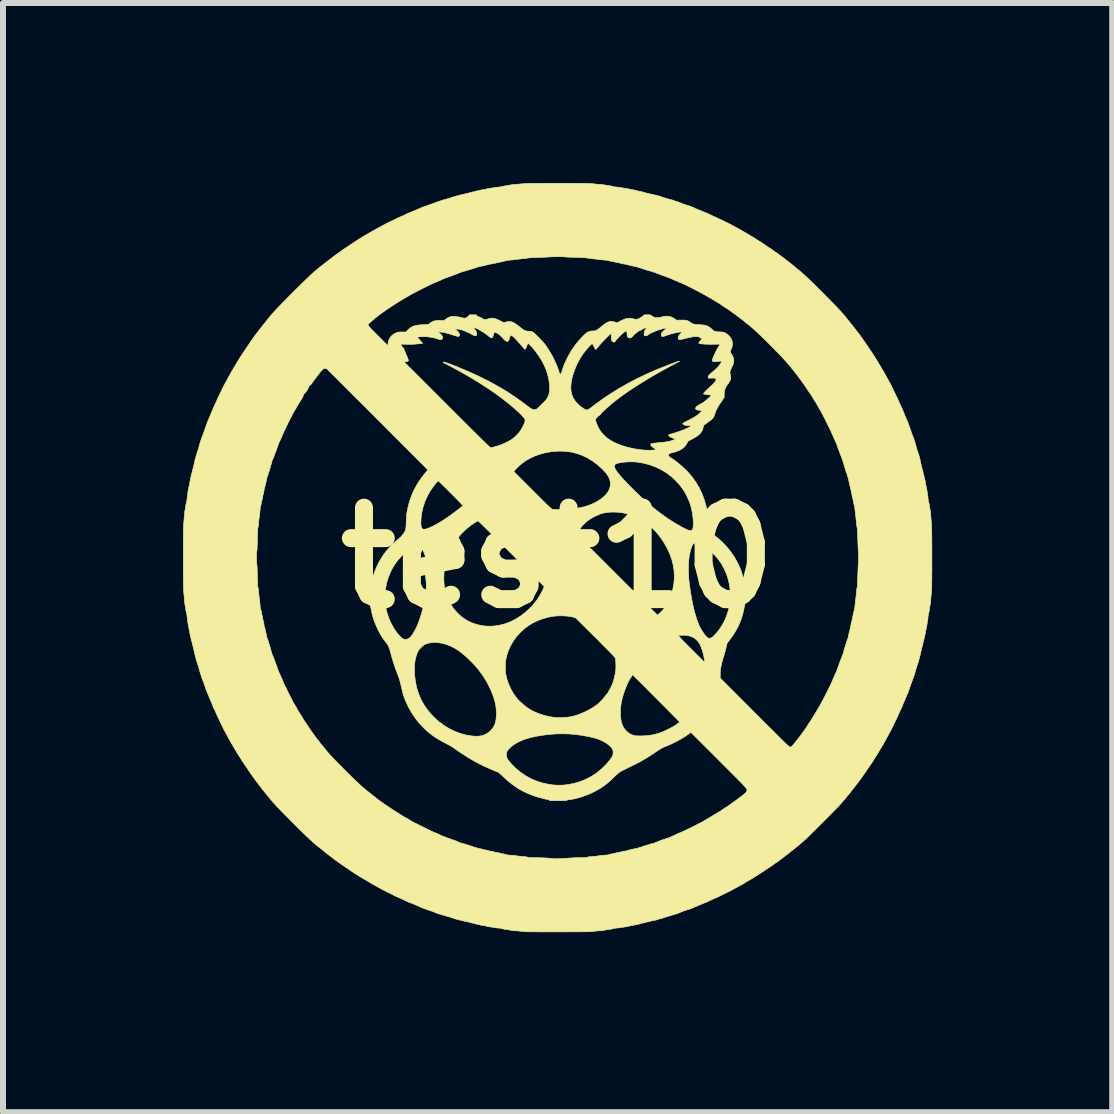
<source format=kicad_pcb>
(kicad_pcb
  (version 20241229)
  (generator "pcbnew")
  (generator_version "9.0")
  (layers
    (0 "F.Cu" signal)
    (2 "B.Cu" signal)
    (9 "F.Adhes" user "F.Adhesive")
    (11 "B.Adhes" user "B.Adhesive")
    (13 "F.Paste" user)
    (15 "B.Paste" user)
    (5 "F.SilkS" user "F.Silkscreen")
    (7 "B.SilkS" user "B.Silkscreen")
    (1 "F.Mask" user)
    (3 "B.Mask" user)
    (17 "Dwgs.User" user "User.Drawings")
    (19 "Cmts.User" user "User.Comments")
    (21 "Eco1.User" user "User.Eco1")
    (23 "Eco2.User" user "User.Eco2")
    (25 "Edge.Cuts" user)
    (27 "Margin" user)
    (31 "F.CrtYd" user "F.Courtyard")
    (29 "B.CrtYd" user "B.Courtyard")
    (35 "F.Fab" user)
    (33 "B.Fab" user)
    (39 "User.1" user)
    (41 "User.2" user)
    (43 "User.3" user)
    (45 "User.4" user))
  (footprint "test10"
    (layer "F.Cu")
    (at 6.246 6.246)
    (property "Reference" "test10" (at 0 0 0) (layer "F.SilkS") (effects (font (size 1.524 1.524) (thickness 0.3))))
    (attr through_hole)
    (fp_poly (pts (xy 0.089 -6.241) (xy 0.166 -6.241) (xy 0.234 -6.241) (xy 0.294 -6.24) (xy 0.346 -6.24) (xy 0.392 -6.24) (xy 0.431 -6.24) (xy 0.464 -6.239) (xy 0.492 -6.239) (xy 0.516 -6.238) (xy 0.536 -6.237) (xy 0.554 -6.236) (xy 0.568 -6.235) (xy 0.581 -6.234) (xy 0.593 -6.233) (xy 0.6 -6.232) (xy 0.629 -6.228) (xy 0.658 -6.225) (xy 0.684 -6.223) (xy 0.702 -6.223) (xy 0.727 -6.222) (xy 0.753 -6.218) (xy 0.772 -6.215) (xy 0.794 -6.211) (xy 0.82 -6.206) (xy 0.846 -6.203) (xy 0.85 -6.202) (xy 0.873 -6.199) (xy 0.894 -6.195) (xy 0.91 -6.191) (xy 0.914 -6.19) (xy 0.926 -6.186) (xy 0.946 -6.182) (xy 0.97 -6.179) (xy 0.986 -6.178) (xy 1.009 -6.176) (xy 1.028 -6.174) (xy 1.041 -6.172) (xy 1.045 -6.171) (xy 1.052 -6.169) (xy 1.066 -6.166) (xy 1.086 -6.163) (xy 1.108 -6.16) (xy 1.134 -6.156) (xy 1.158 -6.152) (xy 1.179 -6.148) (xy 1.189 -6.145) (xy 1.207 -6.14) (xy 1.23 -6.136) (xy 1.242 -6.134) (xy 1.263 -6.131) (xy 1.285 -6.127) (xy 1.295 -6.124) (xy 1.315 -6.119) (xy 1.337 -6.113) (xy 1.344 -6.112) (xy 1.373 -6.106) (xy 1.408 -6.098) (xy 1.444 -6.088) (xy 1.463 -6.082) (xy 1.485 -6.076) (xy 1.509 -6.07) (xy 1.521 -6.068) (xy 1.559 -6.06) (xy 1.596 -6.051) (xy 1.631 -6.043) (xy 1.662 -6.036) (xy 1.689 -6.029) (xy 1.708 -6.023) (xy 1.719 -6.019) (xy 1.72 -6.019) (xy 1.73 -6.015) (xy 1.747 -6.009) (xy 1.768 -6.002) (xy 1.79 -5.995) (xy 1.81 -5.989) (xy 1.825 -5.985) (xy 1.826 -5.984) (xy 1.868 -5.973) (xy 1.9 -5.965) (xy 1.923 -5.958) (xy 1.939 -5.953) (xy 1.947 -5.95) (xy 1.948 -5.949) (xy 1.956 -5.945) (xy 1.969 -5.941) (xy 1.971 -5.941) (xy 1.986 -5.937) (xy 2.007 -5.93) (xy 2.03 -5.921) (xy 2.052 -5.912) (xy 2.06 -5.908) (xy 2.064 -5.906) (xy 2.072 -5.903) (xy 2.083 -5.899) (xy 2.098 -5.894) (xy 2.12 -5.887) (xy 2.149 -5.877) (xy 2.186 -5.865) (xy 2.21 -5.857) (xy 2.226 -5.851) (xy 2.245 -5.843) (xy 2.248 -5.842) (xy 2.29 -5.823) (xy 2.333 -5.805) (xy 2.378 -5.786) (xy 2.429 -5.766) (xy 2.48 -5.745) (xy 2.495 -5.739) (xy 2.516 -5.729) (xy 2.539 -5.718) (xy 2.554 -5.711) (xy 2.576 -5.7) (xy 2.595 -5.691) (xy 2.61 -5.684) (xy 2.616 -5.682) (xy 2.624 -5.679) (xy 2.639 -5.672) (xy 2.662 -5.661) (xy 2.693 -5.647) (xy 2.732 -5.628) (xy 2.78 -5.605) (xy 2.837 -5.577) (xy 2.861 -5.565) (xy 2.878 -5.557) (xy 2.901 -5.544) (xy 2.931 -5.528) (xy 2.965 -5.509) (xy 3.002 -5.489) (xy 3.041 -5.467) (xy 3.081 -5.444) (xy 3.12 -5.422) (xy 3.157 -5.4) (xy 3.192 -5.38) (xy 3.222 -5.362) (xy 3.247 -5.347) (xy 3.265 -5.336) (xy 3.274 -5.33) (xy 3.288 -5.321) (xy 3.307 -5.309) (xy 3.328 -5.296) (xy 3.334 -5.292) (xy 3.357 -5.278) (xy 3.382 -5.262) (xy 3.406 -5.246) (xy 3.43 -5.231) (xy 3.45 -5.218) (xy 3.465 -5.207) (xy 3.475 -5.2) (xy 3.477 -5.198) (xy 3.482 -5.194) (xy 3.494 -5.186) (xy 3.511 -5.175) (xy 3.525 -5.166) (xy 3.547 -5.153) (xy 3.568 -5.139) (xy 3.584 -5.127) (xy 3.59 -5.122) (xy 3.607 -5.109) (xy 3.624 -5.097) (xy 3.629 -5.094) (xy 3.635 -5.09) (xy 3.643 -5.085) (xy 3.654 -5.077) (xy 3.668 -5.067) (xy 3.685 -5.054) (xy 3.708 -5.037) (xy 3.738 -5.016) (xy 3.774 -4.988) (xy 3.779 -4.985) (xy 3.796 -4.971) (xy 3.819 -4.954) (xy 3.844 -4.934) (xy 3.871 -4.912) (xy 3.898 -4.891) (xy 3.923 -4.871) (xy 3.944 -4.854) (xy 3.96 -4.84) (xy 3.967 -4.834) (xy 3.983 -4.821) (xy 4.001 -4.807) (xy 4.005 -4.804) (xy 4.017 -4.794) (xy 4.034 -4.78) (xy 4.053 -4.764) (xy 4.071 -4.748) (xy 4.085 -4.736) (xy 4.097 -4.725) (xy 4.11 -4.713) (xy 4.124 -4.701) (xy 4.14 -4.686) (xy 4.159 -4.668) (xy 4.182 -4.646) (xy 4.211 -4.618) (xy 4.245 -4.585) (xy 4.251 -4.579) (xy 4.269 -4.563) (xy 4.292 -4.54) (xy 4.32 -4.512) (xy 4.352 -4.479) (xy 4.388 -4.444) (xy 4.425 -4.407) (xy 4.463 -4.368) (xy 4.5 -4.33) (xy 4.537 -4.293) (xy 4.571 -4.258) (xy 4.602 -4.227) (xy 4.629 -4.199) (xy 4.651 -4.177) (xy 4.664 -4.163) (xy 4.68 -4.145) (xy 4.694 -4.13) (xy 4.705 -4.12) (xy 4.709 -4.115) (xy 4.709 -4.115) (xy 4.719 -4.105) (xy 4.732 -4.089) (xy 4.749 -4.07) (xy 4.767 -4.049) (xy 4.784 -4.03) (xy 4.798 -4.013) (xy 4.805 -4.004) (xy 4.816 -3.99) (xy 4.832 -3.969) (xy 4.851 -3.945) (xy 4.872 -3.92) (xy 4.887 -3.9) (xy 4.908 -3.875) (xy 4.928 -3.849) (xy 4.946 -3.826) (xy 4.961 -3.807) (xy 4.969 -3.797) (xy 4.98 -3.782) (xy 4.989 -3.771) (xy 4.993 -3.765) (xy 4.994 -3.764) (xy 5 -3.757) (xy 5.011 -3.743) (xy 5.025 -3.725) (xy 5.041 -3.703) (xy 5.057 -3.681) (xy 5.072 -3.66) (xy 5.079 -3.65) (xy 5.094 -3.627) (xy 5.11 -3.605) (xy 5.124 -3.585) (xy 5.13 -3.576) (xy 5.142 -3.56) (xy 5.156 -3.538) (xy 5.172 -3.515) (xy 5.18 -3.503) (xy 5.196 -3.478) (xy 5.214 -3.452) (xy 5.23 -3.428) (xy 5.236 -3.419) (xy 5.26 -3.382) (xy 5.287 -3.341) (xy 5.313 -3.299) (xy 5.338 -3.258) (xy 5.359 -3.222) (xy 5.363 -3.216) (xy 5.379 -3.189) (xy 5.396 -3.159) (xy 5.413 -3.131) (xy 5.419 -3.122) (xy 5.434 -3.097) (xy 5.451 -3.067) (xy 5.467 -3.038) (xy 5.475 -3.023) (xy 5.49 -2.995) (xy 5.507 -2.964) (xy 5.522 -2.936) (xy 5.53 -2.922) (xy 5.541 -2.902) (xy 5.55 -2.886) (xy 5.556 -2.876) (xy 5.558 -2.872) (xy 5.56 -2.867) (xy 5.566 -2.854) (xy 5.575 -2.835) (xy 5.587 -2.81) (xy 5.601 -2.781) (xy 5.613 -2.757) (xy 5.629 -2.724) (xy 5.644 -2.693) (xy 5.658 -2.664) (xy 5.669 -2.64) (xy 5.677 -2.623) (xy 5.68 -2.616) (xy 5.687 -2.599) (xy 5.697 -2.576) (xy 5.708 -2.552) (xy 5.713 -2.543) (xy 5.723 -2.522) (xy 5.734 -2.498) (xy 5.745 -2.472) (xy 5.756 -2.446) (xy 5.766 -2.423) (xy 5.774 -2.403) (xy 5.779 -2.389) (xy 5.781 -2.383) (xy 5.783 -2.377) (xy 5.788 -2.363) (xy 5.796 -2.345) (xy 5.802 -2.333) (xy 5.819 -2.294) (xy 5.835 -2.257) (xy 5.849 -2.219) (xy 5.864 -2.177) (xy 5.873 -2.151) (xy 5.883 -2.122) (xy 5.894 -2.09) (xy 5.904 -2.061) (xy 5.913 -2.04) (xy 5.935 -1.981) (xy 5.956 -1.916) (xy 5.971 -1.862) (xy 5.988 -1.801) (xy 6.006 -1.746) (xy 6.009 -1.74) (xy 6.017 -1.715) (xy 6.026 -1.684) (xy 6.036 -1.647) (xy 6.046 -1.601) (xy 6.058 -1.547) (xy 6.06 -1.537) (xy 6.066 -1.514) (xy 6.071 -1.492) (xy 6.076 -1.475) (xy 6.078 -1.469) (xy 6.084 -1.453) (xy 6.086 -1.436) (xy 6.086 -1.436) (xy 6.088 -1.42) (xy 6.093 -1.403) (xy 6.094 -1.4) (xy 6.099 -1.383) (xy 6.104 -1.362) (xy 6.107 -1.349) (xy 6.111 -1.328) (xy 6.116 -1.308) (xy 6.119 -1.298) (xy 6.124 -1.28) (xy 6.128 -1.259) (xy 6.129 -1.252) (xy 6.131 -1.235) (xy 6.136 -1.212) (xy 6.141 -1.188) (xy 6.142 -1.184) (xy 6.148 -1.153) (xy 6.155 -1.117) (xy 6.161 -1.077) (xy 6.167 -1.038) (xy 6.171 -1.002) (xy 6.174 -0.973) (xy 6.174 -0.972) (xy 6.177 -0.951) (xy 6.181 -0.932) (xy 6.184 -0.919) (xy 6.189 -0.904) (xy 6.193 -0.884) (xy 6.195 -0.868) (xy 6.198 -0.845) (xy 6.202 -0.819) (xy 6.206 -0.8) (xy 6.21 -0.781) (xy 6.213 -0.755) (xy 6.216 -0.725) (xy 6.218 -0.699) (xy 6.22 -0.668) (xy 6.223 -0.635) (xy 6.226 -0.605) (xy 6.229 -0.584) (xy 6.23 -0.571) (xy 6.231 -0.548) (xy 6.232 -0.517) (xy 6.233 -0.478) (xy 6.234 -0.433) (xy 6.234 -0.382) (xy 6.235 -0.326) (xy 6.235 -0.265) (xy 6.236 -0.201) (xy 6.236 -0.135) (xy 6.236 -0.067) (xy 6.236 0.001) (xy 6.236 0.07) (xy 6.236 0.138) (xy 6.236 0.204) (xy 6.235 0.267) (xy 6.235 0.327) (xy 6.234 0.383) (xy 6.234 0.434) (xy 6.233 0.478) (xy 6.232 0.516) (xy 6.231 0.547) (xy 6.23 0.569) (xy 6.229 0.581) (xy 6.229 0.582) (xy 6.226 0.603) (xy 6.223 0.63) (xy 6.22 0.661) (xy 6.218 0.692) (xy 6.218 0.693) (xy 6.216 0.721) (xy 6.214 0.746) (xy 6.211 0.767) (xy 6.209 0.78) (xy 6.208 0.782) (xy 6.205 0.795) (xy 6.202 0.815) (xy 6.198 0.838) (xy 6.197 0.848) (xy 6.194 0.872) (xy 6.19 0.893) (xy 6.186 0.909) (xy 6.184 0.914) (xy 6.181 0.926) (xy 6.177 0.945) (xy 6.174 0.969) (xy 6.172 0.986) (xy 6.17 1.009) (xy 6.168 1.028) (xy 6.166 1.041) (xy 6.165 1.045) (xy 6.164 1.052) (xy 6.161 1.066) (xy 6.158 1.086) (xy 6.155 1.11) (xy 6.155 1.11) (xy 6.151 1.136) (xy 6.146 1.16) (xy 6.142 1.18) (xy 6.14 1.191) (xy 6.135 1.208) (xy 6.131 1.229) (xy 6.129 1.244) (xy 6.126 1.264) (xy 6.122 1.283) (xy 6.119 1.293) (xy 6.115 1.308) (xy 6.11 1.327) (xy 6.109 1.337) (xy 6.105 1.358) (xy 6.099 1.382) (xy 6.096 1.391) (xy 6.09 1.409) (xy 6.087 1.425) (xy 6.086 1.431) (xy 6.084 1.444) (xy 6.08 1.461) (xy 6.076 1.476) (xy 6.07 1.495) (xy 6.064 1.519) (xy 6.057 1.546) (xy 6.055 1.557) (xy 6.049 1.582) (xy 6.044 1.607) (xy 6.039 1.628) (xy 6.037 1.636) (xy 6.031 1.658) (xy 6.025 1.682) (xy 6.022 1.692) (xy 6.018 1.709) (xy 6.011 1.731) (xy 6.003 1.757) (xy 5.997 1.773) (xy 5.989 1.8) (xy 5.98 1.828) (xy 5.972 1.853) (xy 5.969 1.864) (xy 5.954 1.917) (xy 5.94 1.962) (xy 5.927 1.998) (xy 5.917 2.027) (xy 5.908 2.05) (xy 5.897 2.078) (xy 5.886 2.109) (xy 5.875 2.141) (xy 5.864 2.171) (xy 5.856 2.196) (xy 5.85 2.215) (xy 5.85 2.215) (xy 5.845 2.23) (xy 5.836 2.251) (xy 5.827 2.273) (xy 5.824 2.278) (xy 5.815 2.3) (xy 5.802 2.329) (xy 5.788 2.363) (xy 5.772 2.4) (xy 5.757 2.437) (xy 5.743 2.473) (xy 5.74 2.48) (xy 5.734 2.494) (xy 5.724 2.515) (xy 5.713 2.538) (xy 5.706 2.553) (xy 5.695 2.575) (xy 5.686 2.595) (xy 5.679 2.61) (xy 5.677 2.616) (xy 5.674 2.624) (xy 5.667 2.64) (xy 5.656 2.662) (xy 5.644 2.689) (xy 5.629 2.719) (xy 5.618 2.742) (xy 5.603 2.773) (xy 5.589 2.801) (xy 5.578 2.825) (xy 5.569 2.843) (xy 5.564 2.854) (xy 5.563 2.857) (xy 5.56 2.862) (xy 5.554 2.874) (xy 5.544 2.891) (xy 5.533 2.912) (xy 5.517 2.94) (xy 5.5 2.972) (xy 5.483 3.003) (xy 5.475 3.018) (xy 5.462 3.043) (xy 5.445 3.073) (xy 5.427 3.104) (xy 5.41 3.134) (xy 5.408 3.137) (xy 5.392 3.164) (xy 5.375 3.191) (xy 5.361 3.215) (xy 5.349 3.235) (xy 5.347 3.239) (xy 5.322 3.28) (xy 5.297 3.321) (xy 5.272 3.359) (xy 5.25 3.395) (xy 5.23 3.425) (xy 5.213 3.45) (xy 5.206 3.46) (xy 5.191 3.481) (xy 5.176 3.503) (xy 5.163 3.522) (xy 5.161 3.526) (xy 5.152 3.539) (xy 5.139 3.559) (xy 5.123 3.582) (xy 5.104 3.609) (xy 5.084 3.637) (xy 5.065 3.664) (xy 5.045 3.691) (xy 5.028 3.715) (xy 5.013 3.735) (xy 5.002 3.75) (xy 4.995 3.758) (xy 4.994 3.759) (xy 4.99 3.764) (xy 4.981 3.775) (xy 4.973 3.786) (xy 4.961 3.803) (xy 4.945 3.823) (xy 4.93 3.842) (xy 4.913 3.863) (xy 4.895 3.887) (xy 4.879 3.907) (xy 4.865 3.925) (xy 4.849 3.944) (xy 4.837 3.959) (xy 4.836 3.96) (xy 4.822 3.977) (xy 4.807 3.995) (xy 4.801 4.003) (xy 4.779 4.029) (xy 4.758 4.054) (xy 4.735 4.081) (xy 4.709 4.11) (xy 4.677 4.143) (xy 4.666 4.155) (xy 4.634 4.189) (xy 4.598 4.226) (xy 4.559 4.266) (xy 4.517 4.309) (xy 4.473 4.353) (xy 4.428 4.398) (xy 4.383 4.443) (xy 4.338 4.488) (xy 4.294 4.531) (xy 4.252 4.572) (xy 4.213 4.611) (xy 4.178 4.645) (xy 4.146 4.675) (xy 4.12 4.7) (xy 4.099 4.72) (xy 4.087 4.73) (xy 4.071 4.744) (xy 4.054 4.759) (xy 4.049 4.763) (xy 4.035 4.775) (xy 4.016 4.791) (xy 3.993 4.81) (xy 3.968 4.83) (xy 3.943 4.85) (xy 3.922 4.867) (xy 3.904 4.88) (xy 3.904 4.881) (xy 3.898 4.886) (xy 3.886 4.895) (xy 3.872 4.907) (xy 3.871 4.908) (xy 3.856 4.92) (xy 3.834 4.937) (xy 3.809 4.956) (xy 3.781 4.978) (xy 3.753 4.999) (xy 3.724 5.021) (xy 3.699 5.04) (xy 3.676 5.056) (xy 3.66 5.068) (xy 3.653 5.073) (xy 3.639 5.082) (xy 3.62 5.095) (xy 3.598 5.111) (xy 3.584 5.121) (xy 3.562 5.137) (xy 3.541 5.152) (xy 3.522 5.164) (xy 3.513 5.169) (xy 3.497 5.179) (xy 3.483 5.188) (xy 3.477 5.192) (xy 3.468 5.199) (xy 3.452 5.21) (xy 3.431 5.225) (xy 3.407 5.24) (xy 3.381 5.257) (xy 3.357 5.273) (xy 3.335 5.286) (xy 3.318 5.297) (xy 3.31 5.302) (xy 3.295 5.31) (xy 3.28 5.321) (xy 3.277 5.324) (xy 3.265 5.332) (xy 3.247 5.343) (xy 3.225 5.356) (xy 3.205 5.367) (xy 3.18 5.381) (xy 3.154 5.396) (xy 3.131 5.41) (xy 3.118 5.418) (xy 3.107 5.426) (xy 3.095 5.433) (xy 3.082 5.441) (xy 3.066 5.449) (xy 3.046 5.46) (xy 3.021 5.474) (xy 2.989 5.491) (xy 2.957 5.508) (xy 2.939 5.518) (xy 2.924 5.526) (xy 2.915 5.531) (xy 2.913 5.532) (xy 2.907 5.536) (xy 2.893 5.544) (xy 2.872 5.554) (xy 2.847 5.567) (xy 2.818 5.581) (xy 2.787 5.596) (xy 2.756 5.612) (xy 2.724 5.627) (xy 2.695 5.641) (xy 2.669 5.654) (xy 2.648 5.664) (xy 2.632 5.671) (xy 2.624 5.674) (xy 2.624 5.674) (xy 2.617 5.677) (xy 2.602 5.683) (xy 2.583 5.692) (xy 2.56 5.703) (xy 2.534 5.715) (xy 2.534 5.715) (xy 2.514 5.725) (xy 2.494 5.735) (xy 2.478 5.741) (xy 2.476 5.742) (xy 2.451 5.752) (xy 2.418 5.765) (xy 2.381 5.78) (xy 2.341 5.797) (xy 2.299 5.815) (xy 2.259 5.832) (xy 2.243 5.84) (xy 2.228 5.845) (xy 2.21 5.852) (xy 2.205 5.854) (xy 2.162 5.867) (xy 2.128 5.878) (xy 2.102 5.887) (xy 2.082 5.894) (xy 2.068 5.9) (xy 2.06 5.903) (xy 2.026 5.918) (xy 2 5.928) (xy 1.98 5.935) (xy 1.968 5.938) (xy 1.95 5.943) (xy 1.93 5.949) (xy 1.925 5.951) (xy 1.907 5.956) (xy 1.885 5.963) (xy 1.872 5.967) (xy 1.855 5.972) (xy 1.831 5.979) (xy 1.805 5.987) (xy 1.781 5.995) (xy 1.754 6.004) (xy 1.728 6.012) (xy 1.706 6.018) (xy 1.691 6.022) (xy 1.675 6.026) (xy 1.662 6.03) (xy 1.657 6.032) (xy 1.649 6.035) (xy 1.635 6.039) (xy 1.617 6.043) (xy 1.573 6.051) (xy 1.539 6.059) (xy 1.512 6.065) (xy 1.492 6.07) (xy 1.477 6.074) (xy 1.466 6.077) (xy 1.465 6.078) (xy 1.447 6.083) (xy 1.426 6.087) (xy 1.422 6.088) (xy 1.403 6.091) (xy 1.385 6.096) (xy 1.381 6.098) (xy 1.364 6.104) (xy 1.337 6.11) (xy 1.301 6.118) (xy 1.256 6.126) (xy 1.241 6.129) (xy 1.219 6.133) (xy 1.199 6.137) (xy 1.184 6.141) (xy 1.182 6.141) (xy 1.168 6.145) (xy 1.146 6.149) (xy 1.118 6.154) (xy 1.086 6.159) (xy 1.053 6.164) (xy 1.021 6.168) (xy 0.992 6.171) (xy 0.982 6.172) (xy 0.958 6.175) (xy 0.936 6.179) (xy 0.918 6.182) (xy 0.912 6.184) (xy 0.898 6.189) (xy 0.878 6.193) (xy 0.857 6.195) (xy 0.833 6.198) (xy 0.805 6.203) (xy 0.78 6.208) (xy 0.753 6.213) (xy 0.722 6.217) (xy 0.696 6.218) (xy 0.67 6.219) (xy 0.64 6.222) (xy 0.611 6.225) (xy 0.605 6.226) (xy 0.596 6.228) (xy 0.585 6.229) (xy 0.573 6.23) (xy 0.558 6.231) (xy 0.54 6.232) (xy 0.518 6.233) (xy 0.491 6.233) (xy 0.459 6.234) (xy 0.422 6.234) (xy 0.378 6.235) (xy 0.327 6.235) (xy 0.268 6.235) (xy 0.201 6.235) (xy 0.125 6.236) (xy 0.04 6.236) (xy 0.038 6.236) (xy -0.035 6.236) (xy -0.106 6.236) (xy -0.174 6.236) (xy -0.239 6.236) (xy -0.3 6.236) (xy -0.355 6.235) (xy -0.405 6.235) (xy -0.448 6.235) (xy -0.483 6.234) (xy -0.511 6.234) (xy -0.529 6.233) (xy -0.536 6.233) (xy -0.563 6.231) (xy -0.592 6.228) (xy -0.616 6.225) (xy -0.627 6.224) (xy -0.651 6.221) (xy -0.679 6.219) (xy -0.704 6.218) (xy -0.73 6.217) (xy -0.76 6.213) (xy -0.785 6.208) (xy -0.811 6.203) (xy -0.839 6.198) (xy -0.863 6.196) (xy -0.883 6.193) (xy -0.902 6.189) (xy -0.915 6.185) (xy -0.915 6.185) (xy -0.927 6.181) (xy -0.946 6.177) (xy -0.972 6.174) (xy -0.991 6.172) (xy -1.015 6.17) (xy -1.035 6.168) (xy -1.05 6.166) (xy -1.056 6.165) (xy -1.063 6.163) (xy -1.077 6.16) (xy -1.098 6.157) (xy -1.116 6.155) (xy -1.14 6.151) (xy -1.162 6.147) (xy -1.179 6.144) (xy -1.186 6.142) (xy -1.198 6.138) (xy -1.216 6.134) (xy -1.238 6.131) (xy -1.248 6.129) (xy -1.269 6.126) (xy -1.287 6.122) (xy -1.298 6.12) (xy -1.3 6.119) (xy -1.308 6.116) (xy -1.322 6.113) (xy -1.34 6.109) (xy -1.342 6.109) (xy -1.364 6.104) (xy -1.385 6.099) (xy -1.4 6.094) (xy -1.416 6.089) (xy -1.431 6.086) (xy -1.434 6.086) (xy -1.446 6.084) (xy -1.463 6.08) (xy -1.474 6.076) (xy -1.495 6.07) (xy -1.515 6.065) (xy -1.524 6.063) (xy -1.543 6.06) (xy -1.565 6.055) (xy -1.575 6.053) (xy -1.628 6.04) (xy -1.672 6.029) (xy -1.698 6.022) (xy -1.715 6.017) (xy -1.73 6.013) (xy -1.736 6.01) (xy -1.746 6.006) (xy -1.764 6) (xy -1.792 5.991) (xy -1.826 5.981) (xy -1.868 5.969) (xy -1.902 5.959) (xy -1.936 5.949) (xy -1.962 5.942) (xy -1.983 5.935) (xy -1.999 5.93) (xy -2.014 5.925) (xy -2.028 5.919) (xy -2.042 5.913) (xy -2.06 5.906) (xy -2.086 5.896) (xy -2.115 5.886) (xy -2.146 5.875) (xy -2.162 5.87) (xy -2.2 5.857) (xy -2.231 5.846) (xy -2.26 5.834) (xy -2.289 5.822) (xy -2.322 5.807) (xy -2.337 5.8) (xy -2.357 5.791) (xy -2.384 5.78) (xy -2.416 5.767) (xy -2.452 5.753) (xy -2.482 5.742) (xy -2.496 5.736) (xy -2.515 5.727) (xy -2.536 5.717) (xy -2.54 5.715) (xy -2.56 5.705) (xy -2.586 5.693) (xy -2.615 5.68) (xy -2.639 5.669) (xy -2.666 5.657) (xy -2.693 5.645) (xy -2.717 5.634) (xy -2.733 5.626) (xy -2.749 5.617) (xy -2.772 5.606) (xy -2.799 5.592) (xy -2.828 5.578) (xy -2.84 5.572) (xy -2.867 5.559) (xy -2.894 5.545) (xy -2.918 5.533) (xy -2.936 5.523) (xy -2.941 5.52) (xy -2.958 5.51) (xy -2.98 5.498) (xy -3.004 5.485) (xy -3.02 5.476) (xy -3.044 5.463) (xy -3.073 5.447) (xy -3.104 5.429) (xy -3.133 5.412) (xy -3.137 5.41) (xy -3.163 5.394) (xy -3.19 5.378) (xy -3.214 5.364) (xy -3.233 5.353) (xy -3.237 5.351) (xy -3.26 5.337) (xy -3.288 5.32) (xy -3.319 5.301) (xy -3.351 5.281) (xy -3.382 5.261) (xy -3.41 5.243) (xy -3.435 5.227) (xy -3.453 5.214) (xy -3.459 5.209) (xy -3.479 5.196) (xy -3.501 5.18) (xy -3.523 5.167) (xy -3.544 5.153) (xy -3.567 5.137) (xy -3.586 5.124) (xy -3.603 5.111) (xy -3.625 5.095) (xy -3.648 5.08) (xy -3.655 5.075) (xy -3.682 5.056) (xy -3.707 5.038) (xy -3.73 5.022) (xy -3.747 5.008) (xy -3.759 4.999) (xy -3.76 4.998) (xy -3.767 4.991) (xy -3.78 4.981) (xy -3.795 4.971) (xy -3.808 4.961) (xy -3.827 4.946) (xy -3.85 4.928) (xy -3.875 4.908) (xy -3.898 4.89) (xy -3.924 4.868) (xy -3.95 4.848) (xy -3.973 4.829) (xy -3.992 4.814) (xy -4.004 4.805) (xy -4.031 4.783) (xy -4.062 4.756) (xy -4.097 4.725) (xy -4.136 4.689) (xy -4.18 4.647) (xy -4.23 4.6) (xy -4.284 4.547) (xy -4.345 4.487) (xy -4.412 4.42) (xy -4.465 4.366) (xy -4.516 4.315) (xy -4.56 4.27) (xy -4.599 4.23) (xy -4.633 4.195) (xy -4.662 4.165) (xy -4.688 4.138) (xy -4.711 4.113) (xy -4.731 4.091) (xy -4.751 4.069) (xy -4.769 4.048) (xy -4.787 4.026) (xy -4.803 4.006) (xy -4.864 3.932) (xy -4.924 3.857) (xy -4.981 3.783) (xy -5.035 3.711) (xy -5.084 3.644) (xy -5.129 3.581) (xy -5.156 3.541) (xy -5.169 3.52) (xy -5.183 3.5) (xy -5.194 3.483) (xy -5.196 3.48) (xy -5.226 3.436) (xy -5.25 3.401) (xy -5.269 3.372) (xy -5.283 3.349) (xy -5.294 3.331) (xy -5.301 3.32) (xy -5.312 3.302) (xy -5.323 3.286) (xy -5.328 3.278) (xy -5.335 3.268) (xy -5.345 3.251) (xy -5.358 3.23) (xy -5.372 3.206) (xy -5.374 3.202) (xy -5.403 3.153) (xy -5.427 3.111) (xy -5.447 3.077) (xy -5.463 3.049) (xy -5.475 3.027) (xy -5.485 3.01) (xy -5.492 2.997) (xy -5.497 2.988) (xy -5.498 2.985) (xy -5.505 2.972) (xy -5.515 2.953) (xy -5.527 2.931) (xy -5.538 2.912) (xy -5.549 2.891) (xy -5.559 2.874) (xy -5.565 2.862) (xy -5.568 2.858) (xy -5.57 2.853) (xy -5.576 2.84) (xy -5.585 2.821) (xy -5.597 2.796) (xy -5.611 2.767) (xy -5.622 2.745) (xy -5.637 2.712) (xy -5.652 2.681) (xy -5.665 2.654) (xy -5.676 2.631) (xy -5.683 2.615) (xy -5.685 2.609) (xy -5.693 2.592) (xy -5.703 2.57) (xy -5.713 2.548) (xy -5.715 2.544) (xy -5.726 2.522) (xy -5.736 2.501) (xy -5.744 2.483) (xy -5.745 2.48) (xy -5.762 2.436) (xy -5.778 2.397) (xy -5.794 2.361) (xy -5.81 2.321) (xy -5.819 2.301) (xy -5.833 2.267) (xy -5.849 2.228) (xy -5.864 2.189) (xy -5.876 2.154) (xy -5.877 2.151) (xy -5.887 2.121) (xy -5.898 2.09) (xy -5.909 2.061) (xy -5.918 2.039) (xy -5.92 2.033) (xy -5.928 2.012) (xy -5.936 1.992) (xy -5.94 1.978) (xy -5.941 1.975) (xy -5.945 1.958) (xy -5.951 1.941) (xy -5.951 1.941) (xy -5.956 1.928) (xy -5.961 1.909) (xy -5.968 1.886) (xy -5.972 1.872) (xy -5.978 1.847) (xy -5.985 1.823) (xy -5.992 1.803) (xy -5.994 1.796) (xy -6.001 1.776) (xy -6.008 1.755) (xy -6.01 1.748) (xy -6.014 1.733) (xy -6.018 1.722) (xy -6.02 1.72) (xy -6.023 1.712) (xy -6.026 1.698) (xy -6.027 1.692) (xy -6.031 1.676) (xy -6.034 1.664) (xy -6.035 1.661) (xy -6.038 1.653) (xy -6.042 1.637) (xy -6.047 1.616) (xy -6.053 1.592) (xy -6.053 1.59) (xy -6.059 1.562) (xy -6.065 1.536) (xy -6.07 1.513) (xy -6.074 1.499) (xy -6.079 1.477) (xy -6.085 1.454) (xy -6.087 1.445) (xy -6.092 1.425) (xy -6.098 1.402) (xy -6.101 1.392) (xy -6.107 1.371) (xy -6.112 1.35) (xy -6.114 1.341) (xy -6.118 1.321) (xy -6.123 1.3) (xy -6.124 1.295) (xy -6.129 1.275) (xy -6.133 1.253) (xy -6.134 1.247) (xy -6.137 1.23) (xy -6.141 1.207) (xy -6.146 1.183) (xy -6.147 1.179) (xy -6.156 1.132) (xy -6.165 1.081) (xy -6.172 1.031) (xy -6.177 0.986) (xy -6.178 0.983) (xy -6.18 0.959) (xy -6.184 0.936) (xy -6.188 0.918) (xy -6.189 0.914) (xy -6.193 0.899) (xy -6.198 0.877) (xy -6.201 0.853) (xy -6.202 0.845) (xy -6.205 0.822) (xy -6.209 0.802) (xy -6.212 0.788) (xy -6.213 0.784) (xy -6.215 0.774) (xy -6.218 0.756) (xy -6.22 0.732) (xy -6.222 0.705) (xy -6.223 0.694) (xy -6.225 0.663) (xy -6.228 0.631) (xy -6.231 0.603) (xy -6.234 0.581) (xy -6.234 0.577) (xy -6.235 0.564) (xy -6.236 0.543) (xy -6.237 0.513) (xy -6.238 0.475) (xy -6.239 0.431) (xy -6.24 0.38) (xy -6.24 0.325) (xy -6.241 0.265) (xy -6.241 0.202) (xy -6.241 0.136) (xy -6.241 0.069) (xy -6.241 0.008) (xy -5.021 0.008) (xy -5.02 0.042) (xy -5.019 0.074) (xy -5.017 0.1) (xy -5.015 0.109) (xy -5.014 0.123) (xy -5.012 0.146) (xy -5.01 0.177) (xy -5.009 0.213) (xy -5.007 0.253) (xy -5.006 0.297) (xy -5.006 0.315) (xy -5.005 0.366) (xy -5.003 0.407) (xy -5.002 0.44) (xy -5.001 0.465) (xy -4.999 0.482) (xy -4.997 0.494) (xy -4.996 0.498) (xy -4.993 0.508) (xy -4.99 0.526) (xy -4.987 0.549) (xy -4.984 0.576) (xy -4.984 0.582) (xy -4.982 0.611) (xy -4.979 0.638) (xy -4.976 0.662) (xy -4.974 0.679) (xy -4.974 0.68) (xy -4.971 0.696) (xy -4.968 0.718) (xy -4.966 0.745) (xy -4.963 0.774) (xy -4.963 0.779) (xy -4.96 0.81) (xy -4.957 0.836) (xy -4.953 0.855) (xy -4.95 0.864) (xy -4.945 0.877) (xy -4.941 0.896) (xy -4.938 0.913) (xy -4.934 0.934) (xy -4.93 0.954) (xy -4.926 0.966) (xy -4.92 0.984) (xy -4.918 1.004) (xy -4.917 1.007) (xy -4.916 1.025) (xy -4.911 1.045) (xy -4.907 1.055) (xy -4.901 1.077) (xy -4.898 1.099) (xy -4.897 1.109) (xy -4.894 1.132) (xy -4.888 1.155) (xy -4.887 1.158) (xy -4.881 1.174) (xy -4.877 1.19) (xy -4.877 1.195) (xy -4.875 1.208) (xy -4.871 1.225) (xy -4.867 1.238) (xy -4.861 1.26) (xy -4.856 1.284) (xy -4.854 1.295) (xy -4.85 1.316) (xy -4.845 1.336) (xy -4.842 1.344) (xy -4.834 1.362) (xy -4.828 1.382) (xy -4.827 1.384) (xy -4.822 1.402) (xy -4.817 1.418) (xy -4.817 1.42) (xy -4.802 1.463) (xy -4.791 1.504) (xy -4.788 1.514) (xy -4.784 1.531) (xy -4.779 1.546) (xy -4.777 1.552) (xy -4.773 1.563) (xy -4.769 1.579) (xy -4.768 1.585) (xy -4.763 1.604) (xy -4.756 1.621) (xy -4.754 1.625) (xy -4.748 1.637) (xy -4.745 1.646) (xy -4.745 1.647) (xy -4.742 1.656) (xy -4.737 1.668) (xy -4.737 1.669) (xy -4.729 1.684) (xy -4.723 1.702) (xy -4.722 1.704) (xy -4.709 1.741) (xy -4.699 1.768) (xy -4.692 1.786) (xy -4.69 1.791) (xy -4.685 1.802) (xy -4.68 1.817) (xy -4.677 1.826) (xy -4.662 1.872) (xy -4.646 1.911) (xy -4.643 1.918) (xy -4.633 1.938) (xy -4.622 1.962) (xy -4.611 1.988) (xy -4.6 2.011) (xy -4.592 2.031) (xy -4.587 2.042) (xy -4.582 2.055) (xy -4.577 2.064) (xy -4.577 2.065) (xy -4.573 2.073) (xy -4.57 2.085) (xy -4.565 2.099) (xy -4.56 2.108) (xy -4.554 2.118) (xy -4.548 2.132) (xy -4.547 2.134) (xy -4.541 2.148) (xy -4.535 2.158) (xy -4.534 2.159) (xy -4.527 2.167) (xy -4.526 2.171) (xy -4.524 2.177) (xy -4.518 2.19) (xy -4.509 2.209) (xy -4.499 2.231) (xy -4.487 2.256) (xy -4.475 2.28) (xy -4.463 2.303) (xy -4.453 2.322) (xy -4.446 2.336) (xy -4.445 2.337) (xy -4.44 2.347) (xy -4.435 2.357) (xy -4.428 2.372) (xy -4.417 2.393) (xy -4.404 2.417) (xy -4.391 2.44) (xy -4.379 2.459) (xy -4.373 2.468) (xy -4.363 2.484) (xy -4.354 2.5) (xy -4.351 2.506) (xy -4.342 2.524) (xy -4.329 2.547) (xy -4.312 2.575) (xy -4.289 2.611) (xy -4.274 2.635) (xy -4.262 2.653) (xy -4.253 2.668) (xy -4.248 2.678) (xy -4.247 2.681) (xy -4.244 2.687) (xy -4.237 2.698) (xy -4.229 2.71) (xy -4.216 2.729) (xy -4.201 2.751) (xy -4.192 2.764) (xy -4.167 2.802) (xy -4.146 2.833) (xy -4.13 2.857) (xy -4.117 2.875) (xy -4.108 2.889) (xy -4.102 2.897) (xy -4.1 2.901) (xy -4.093 2.91) (xy -4.082 2.925) (xy -4.068 2.944) (xy -4.056 2.962) (xy -4.039 2.984) (xy -4.022 3.007) (xy -4.006 3.027) (xy -3.998 3.038) (xy -3.983 3.056) (xy -3.968 3.075) (xy -3.959 3.089) (xy -3.948 3.104) (xy -3.938 3.117) (xy -3.934 3.122) (xy -3.922 3.135) (xy -3.907 3.152) (xy -3.892 3.171) (xy -3.878 3.188) (xy -3.868 3.201) (xy -3.864 3.205) (xy -3.854 3.219) (xy -3.837 3.239) (xy -3.814 3.264) (xy -3.786 3.295) (xy -3.754 3.33) (xy -3.717 3.368) (xy -3.678 3.409) (xy -3.636 3.452) (xy -3.592 3.496) (xy -3.548 3.54) (xy -3.503 3.585) (xy -3.463 3.624) (xy -3.429 3.658) (xy -3.399 3.687) (xy -3.373 3.713) (xy -3.349 3.735) (xy -3.327 3.756) (xy -3.305 3.776) (xy -3.283 3.796) (xy -3.26 3.817) (xy -3.259 3.818) (xy -3.245 3.83) (xy -3.233 3.841) (xy -3.22 3.852) (xy -3.207 3.863) (xy -3.19 3.877) (xy -3.17 3.893) (xy -3.144 3.913) (xy -3.111 3.938) (xy -3.108 3.941) (xy -3.087 3.958) (xy -3.066 3.974) (xy -3.049 3.988) (xy -3.039 3.996) (xy -3.018 4.013) (xy -2.99 4.034) (xy -2.958 4.058) (xy -2.924 4.082) (xy -2.89 4.107) (xy -2.857 4.129) (xy -2.85 4.134) (xy -2.833 4.145) (xy -2.811 4.159) (xy -2.788 4.175) (xy -2.779 4.18) (xy -2.757 4.195) (xy -2.734 4.21) (xy -2.715 4.222) (xy -2.708 4.226) (xy -2.693 4.236) (xy -2.671 4.249) (xy -2.647 4.265) (xy -2.623 4.28) (xy -2.6 4.295) (xy -2.578 4.309) (xy -2.56 4.32) (xy -2.548 4.327) (xy -2.547 4.327) (xy -2.522 4.34) (xy -2.504 4.349) (xy -2.49 4.357) (xy -2.477 4.365) (xy -2.469 4.371) (xy -2.453 4.381) (xy -2.439 4.39) (xy -2.433 4.393) (xy -2.421 4.399) (xy -2.413 4.404) (xy -2.403 4.41) (xy -2.392 4.416) (xy -2.383 4.42) (xy -2.368 4.427) (xy -2.345 4.438) (xy -2.318 4.452) (xy -2.287 4.467) (xy -2.257 4.482) (xy -2.223 4.499) (xy -2.191 4.515) (xy -2.162 4.529) (xy -2.138 4.541) (xy -2.12 4.55) (xy -2.111 4.554) (xy -2.083 4.567) (xy -2.063 4.576) (xy -2.05 4.582) (xy -2.042 4.585) (xy -2.037 4.587) (xy -2.035 4.587) (xy -2.029 4.589) (xy -2.014 4.595) (xy -1.992 4.605) (xy -1.961 4.62) (xy -1.932 4.634) (xy -1.913 4.642) (xy -1.896 4.649) (xy -1.884 4.653) (xy -1.882 4.653) (xy -1.871 4.656) (xy -1.858 4.663) (xy -1.857 4.663) (xy -1.843 4.67) (xy -1.831 4.674) (xy -1.83 4.674) (xy -1.817 4.676) (xy -1.803 4.682) (xy -1.802 4.682) (xy -1.786 4.69) (xy -1.768 4.696) (xy -1.765 4.697) (xy -1.743 4.704) (xy -1.721 4.712) (xy -1.7 4.719) (xy -1.684 4.726) (xy -1.678 4.729) (xy -1.661 4.737) (xy -1.642 4.746) (xy -1.623 4.753) (xy -1.607 4.758) (xy -1.598 4.76) (xy -1.589 4.762) (xy -1.572 4.766) (xy -1.55 4.772) (xy -1.525 4.78) (xy -1.5 4.788) (xy -1.491 4.791) (xy -1.477 4.796) (xy -1.458 4.801) (xy -1.45 4.803) (xy -1.432 4.808) (xy -1.414 4.815) (xy -1.409 4.817) (xy -1.394 4.823) (xy -1.381 4.826) (xy -1.381 4.826) (xy -1.368 4.828) (xy -1.354 4.834) (xy -1.34 4.839) (xy -1.321 4.844) (xy -1.308 4.847) (xy -1.286 4.851) (xy -1.261 4.857) (xy -1.245 4.861) (xy -1.226 4.867) (xy -1.208 4.871) (xy -1.197 4.872) (xy -1.181 4.874) (xy -1.166 4.88) (xy -1.153 4.884) (xy -1.134 4.889) (xy -1.113 4.892) (xy -1.112 4.892) (xy -1.092 4.894) (xy -1.074 4.898) (xy -1.063 4.902) (xy -1.062 4.902) (xy -1.051 4.906) (xy -1.034 4.91) (xy -1.013 4.913) (xy -1.012 4.913) (xy -0.991 4.916) (xy -0.973 4.92) (xy -0.961 4.924) (xy -0.961 4.925) (xy -0.949 4.929) (xy -0.931 4.933) (xy -0.915 4.935) (xy -0.895 4.938) (xy -0.877 4.943) (xy -0.867 4.946) (xy -0.854 4.95) (xy -0.832 4.954) (xy -0.801 4.957) (xy -0.774 4.959) (xy -0.746 4.96) (xy -0.721 4.963) (xy -0.7 4.965) (xy -0.686 4.968) (xy -0.683 4.969) (xy -0.672 4.971) (xy -0.654 4.973) (xy -0.631 4.976) (xy -0.603 4.978) (xy -0.593 4.979) (xy -0.555 4.981) (xy -0.527 4.985) (xy -0.509 4.989) (xy -0.503 4.991) (xy -0.496 4.994) (xy -0.486 4.996) (xy -0.471 4.997) (xy -0.45 4.998) (xy -0.422 4.999) (xy -0.385 4.999) (xy -0.347 4.999) (xy -0.307 5) (xy -0.267 5.001) (xy -0.227 5.003) (xy -0.189 5.005) (xy -0.155 5.007) (xy -0.127 5.009) (xy -0.106 5.012) (xy -0.093 5.014) (xy -0.091 5.014) (xy -0.08 5.016) (xy -0.06 5.017) (xy -0.032 5.017) (xy 0.001 5.017) (xy 0.039 5.015) (xy 0.079 5.014) (xy 0.121 5.011) (xy 0.163 5.008) (xy 0.17 5.007) (xy 0.208 5.005) (xy 0.252 5.002) (xy 0.298 5) (xy 0.343 4.999) (xy 0.375 4.999) (xy 0.412 4.999) (xy 0.441 4.998) (xy 0.462 4.997) (xy 0.478 4.996) (xy 0.489 4.994) (xy 0.497 4.992) (xy 0.499 4.99) (xy 0.511 4.986) (xy 0.531 4.983) (xy 0.559 4.98) (xy 0.589 4.978) (xy 0.617 4.976) (xy 0.643 4.974) (xy 0.664 4.971) (xy 0.678 4.969) (xy 0.681 4.968) (xy 0.692 4.966) (xy 0.711 4.964) (xy 0.736 4.961) (xy 0.764 4.959) (xy 0.773 4.959) (xy 0.809 4.956) (xy 0.837 4.953) (xy 0.856 4.949) (xy 0.861 4.946) (xy 0.875 4.942) (xy 0.893 4.937) (xy 0.907 4.935) (xy 0.927 4.932) (xy 0.945 4.927) (xy 0.954 4.924) (xy 0.97 4.92) (xy 0.989 4.916) (xy 1 4.914) (xy 1.023 4.911) (xy 1.047 4.905) (xy 1.057 4.902) (xy 1.078 4.896) (xy 1.103 4.892) (xy 1.117 4.89) (xy 1.135 4.888) (xy 1.149 4.884) (xy 1.156 4.882) (xy 1.164 4.878) (xy 1.179 4.874) (xy 1.197 4.87) (xy 1.2 4.869) (xy 1.223 4.864) (xy 1.247 4.859) (xy 1.265 4.854) (xy 1.284 4.85) (xy 1.302 4.847) (xy 1.31 4.846) (xy 1.328 4.843) (xy 1.344 4.836) (xy 1.344 4.836) (xy 1.358 4.829) (xy 1.373 4.826) (xy 1.373 4.826) (xy 1.388 4.824) (xy 1.403 4.818) (xy 1.403 4.818) (xy 1.418 4.811) (xy 1.437 4.805) (xy 1.445 4.803) (xy 1.463 4.798) (xy 1.48 4.793) (xy 1.486 4.791) (xy 1.507 4.784) (xy 1.531 4.777) (xy 1.554 4.77) (xy 1.575 4.764) (xy 1.59 4.761) (xy 1.597 4.76) (xy 1.608 4.757) (xy 1.622 4.751) (xy 1.624 4.75) (xy 1.637 4.743) (xy 1.646 4.74) (xy 1.647 4.74) (xy 1.655 4.738) (xy 1.667 4.733) (xy 1.673 4.73) (xy 1.694 4.721) (xy 1.717 4.712) (xy 1.738 4.704) (xy 1.756 4.698) (xy 1.768 4.694) (xy 1.771 4.694) (xy 1.78 4.692) (xy 1.793 4.686) (xy 1.798 4.684) (xy 1.813 4.677) (xy 1.826 4.674) (xy 1.829 4.674) (xy 1.84 4.671) (xy 1.856 4.666) (xy 1.866 4.661) (xy 1.888 4.652) (xy 1.91 4.641) (xy 1.931 4.632) (xy 1.946 4.626) (xy 1.957 4.62) (xy 1.961 4.618) (xy 1.97 4.613) (xy 1.983 4.607) (xy 1.999 4.599) (xy 2.014 4.593) (xy 2.025 4.588) (xy 2.029 4.587) (xy 2.035 4.585) (xy 2.048 4.58) (xy 2.066 4.572) (xy 2.086 4.563) (xy 2.106 4.554) (xy 2.125 4.545) (xy 2.138 4.538) (xy 2.144 4.536) (xy 2.154 4.53) (xy 2.164 4.526) (xy 2.182 4.517) (xy 2.205 4.506) (xy 2.23 4.494) (xy 2.255 4.482) (xy 2.28 4.469) (xy 2.302 4.458) (xy 2.319 4.449) (xy 2.331 4.442) (xy 2.334 4.44) (xy 2.341 4.436) (xy 2.347 4.435) (xy 2.358 4.431) (xy 2.364 4.427) (xy 2.375 4.42) (xy 2.388 4.414) (xy 2.388 4.413) (xy 2.405 4.406) (xy 2.421 4.398) (xy 2.421 4.397) (xy 2.451 4.378) (xy 2.474 4.364) (xy 2.491 4.354) (xy 2.501 4.349) (xy 2.502 4.348) (xy 2.509 4.346) (xy 2.52 4.339) (xy 2.524 4.337) (xy 2.54 4.326) (xy 2.561 4.313) (xy 2.584 4.299) (xy 2.608 4.284) (xy 2.632 4.27) (xy 2.654 4.257) (xy 2.672 4.246) (xy 2.685 4.239) (xy 2.69 4.236) (xy 2.69 4.236) (xy 2.696 4.233) (xy 2.708 4.226) (xy 2.723 4.215) (xy 2.725 4.213) (xy 2.743 4.201) (xy 2.759 4.19) (xy 2.77 4.182) (xy 2.77 4.182) (xy 2.785 4.173) (xy 2.802 4.162) (xy 2.818 4.152) (xy 2.831 4.143) (xy 2.837 4.139) (xy 2.844 4.134) (xy 2.856 4.125) (xy 2.86 4.123) (xy 2.895 4.099) (xy 2.922 4.079) (xy 2.945 4.063) (xy 2.963 4.05) (xy 2.979 4.038) (xy 2.995 4.026) (xy 3.015 4.01) (xy 3.036 3.994) (xy 3.055 3.981) (xy 3.058 3.979) (xy 3.076 3.966) (xy 3.096 3.95) (xy 3.116 3.933) (xy 3.133 3.917) (xy 3.145 3.903) (xy 3.151 3.894) (xy 3.153 3.883) (xy 3.152 3.867) (xy 3.152 3.862) (xy 3.151 3.858) (xy 3.15 3.855) (xy 3.148 3.85) (xy 3.144 3.845) (xy 3.139 3.838) (xy 3.132 3.83) (xy 3.123 3.819) (xy 3.111 3.806) (xy 3.096 3.79) (xy 3.077 3.77) (xy 3.055 3.747) (xy 3.028 3.72) (xy 2.997 3.688) (xy 2.961 3.652) (xy 2.919 3.61) (xy 2.872 3.563) (xy 2.819 3.51) (xy 2.759 3.45) (xy 2.693 3.384) (xy 2.684 3.374) (xy 2.219 2.91) (xy 2.198 2.926) (xy 2.131 2.973) (xy 2.056 3.02) (xy 1.976 3.064) (xy 1.893 3.104) (xy 1.817 3.137) (xy 1.794 3.146) (xy 1.774 3.154) (xy 1.756 3.162) (xy 1.739 3.171) (xy 1.72 3.182) (xy 1.7 3.194) (xy 1.676 3.209) (xy 1.647 3.228) (xy 1.611 3.252) (xy 1.589 3.267) (xy 1.541 3.299) (xy 1.496 3.328) (xy 1.451 3.355) (xy 1.405 3.381) (xy 1.357 3.408) (xy 1.304 3.435) (xy 1.246 3.464) (xy 1.18 3.496) (xy 1.162 3.505) (xy 1.13 3.52) (xy 1.1 3.536) (xy 1.072 3.55) (xy 1.049 3.563) (xy 1.033 3.573) (xy 1.032 3.573) (xy 1.017 3.585) (xy 0.996 3.602) (xy 0.973 3.622) (xy 0.949 3.645) (xy 0.932 3.662) (xy 0.875 3.716) (xy 0.821 3.763) (xy 0.766 3.804) (xy 0.709 3.842) (xy 0.647 3.879) (xy 0.612 3.897) (xy 0.558 3.923) (xy 0.501 3.948) (xy 0.441 3.97) (xy 0.382 3.991) (xy 0.324 4.007) (xy 0.27 4.02) (xy 0.222 4.029) (xy 0.201 4.031) (xy 0.181 4.034) (xy 0.164 4.037) (xy 0.154 4.041) (xy 0.149 4.044) (xy 0.14 4.045) (xy 0.126 4.047) (xy 0.107 4.048) (xy 0.081 4.048) (xy 0.047 4.049) (xy 0.004 4.049) (xy 0.004 4.049) (xy -0.037 4.049) (xy -0.07 4.049) (xy -0.094 4.048) (xy -0.112 4.048) (xy -0.125 4.047) (xy -0.133 4.045) (xy -0.138 4.043) (xy -0.142 4.041) (xy -0.144 4.039) (xy -0.157 4.03) (xy -0.169 4.028) (xy -0.18 4.027) (xy -0.199 4.024) (xy -0.222 4.019) (xy -0.247 4.013) (xy -0.362 3.981) (xy -0.47 3.941) (xy -0.573 3.894) (xy -0.67 3.839) (xy -0.763 3.774) (xy -0.852 3.701) (xy -0.912 3.645) (xy -0.933 3.625) (xy -0.953 3.607) (xy -0.969 3.592) (xy -0.981 3.582) (xy -0.986 3.579) (xy -0.994 3.575) (xy -1.011 3.568) (xy -1.033 3.559) (xy -1.059 3.548) (xy -1.077 3.541) (xy -1.222 3.477) (xy -1.365 3.405) (xy -1.506 3.323) (xy -1.564 3.284) (xy -0.856 3.284) (xy -0.855 3.306) (xy -0.852 3.322) (xy -0.845 3.339) (xy -0.839 3.351) (xy -0.829 3.368) (xy -0.813 3.389) (xy -0.795 3.411) (xy -0.777 3.432) (xy -0.702 3.508) (xy -0.621 3.575) (xy -0.536 3.633) (xy -0.446 3.683) (xy -0.352 3.723) (xy -0.252 3.754) (xy -0.148 3.777) (xy -0.147 3.777) (xy -0.066 3.788) (xy 0.011 3.792) (xy 0.088 3.79) (xy 0.16 3.782) (xy 0.265 3.763) (xy 0.364 3.735) (xy 0.46 3.697) (xy 0.55 3.651) (xy 0.637 3.596) (xy 0.69 3.555) (xy 0.724 3.525) (xy 0.759 3.493) (xy 0.794 3.458) (xy 0.827 3.422) (xy 0.856 3.387) (xy 0.881 3.355) (xy 0.901 3.326) (xy 0.912 3.306) (xy 0.922 3.274) (xy 0.924 3.241) (xy 0.919 3.209) (xy 0.915 3.197) (xy 0.897 3.167) (xy 0.87 3.138) (xy 0.836 3.109) (xy 0.795 3.081) (xy 0.749 3.055) (xy 0.7 3.033) (xy 0.648 3.014) (xy 0.627 3.008) (xy 0.524 2.983) (xy 0.415 2.962) (xy 0.303 2.947) (xy 0.19 2.937) (xy 0.079 2.934) (xy -0.025 2.936) (xy -0.112 2.942) (xy -0.198 2.951) (xy -0.281 2.963) (xy -0.361 2.977) (xy -0.436 2.993) (xy -0.503 3.011) (xy -0.563 3.031) (xy -0.574 3.035) (xy -0.63 3.059) (xy -0.682 3.085) (xy -0.729 3.114) (xy -0.77 3.144) (xy -0.804 3.175) (xy -0.83 3.205) (xy -0.841 3.222) (xy -0.85 3.239) (xy -0.854 3.255) (xy -0.856 3.274) (xy -0.856 3.284) (xy -1.564 3.284) (xy -1.643 3.233) (xy -1.702 3.191) (xy -1.754 3.155) (xy -1.812 3.122) (xy -1.852 3.101) (xy -1.924 3.063) (xy -1.988 3.026) (xy -2.046 2.99) (xy -2.099 2.953) (xy -2.149 2.913) (xy -2.198 2.87) (xy -2.248 2.822) (xy -2.248 2.822) (xy -2.317 2.747) (xy -2.381 2.664) (xy -2.44 2.575) (xy -2.492 2.482) (xy -2.536 2.386) (xy -2.546 2.362) (xy -2.557 2.334) (xy -2.565 2.309) (xy -2.573 2.285) (xy -2.581 2.258) (xy -2.589 2.227) (xy -2.597 2.191) (xy -2.604 2.162) (xy -2.616 2.11) (xy -2.627 2.066) (xy -2.638 2.026) (xy -2.651 1.989) (xy -2.664 1.952) (xy -2.668 1.943) (xy -2.692 1.88) (xy -2.389 1.88) (xy -2.386 1.957) (xy -2.385 1.961) (xy -2.371 2.07) (xy -2.349 2.173) (xy -2.317 2.271) (xy -2.278 2.364) (xy -2.229 2.452) (xy -2.171 2.536) (xy -2.104 2.616) (xy -2.054 2.667) (xy -1.978 2.735) (xy -1.896 2.795) (xy -1.809 2.848) (xy -1.72 2.892) (xy -1.628 2.927) (xy -1.535 2.953) (xy -1.518 2.956) (xy -1.447 2.968) (xy -1.384 2.975) (xy -1.329 2.975) (xy -1.279 2.969) (xy -1.243 2.959) (xy -1.191 2.937) (xy -1.146 2.907) (xy -1.106 2.87) (xy -1.074 2.826) (xy -1.049 2.778) (xy -1.042 2.757) (xy -1.031 2.71) (xy -1.025 2.657) (xy -1.022 2.599) (xy -1.025 2.538) (xy -1.031 2.477) (xy -1.034 2.459) (xy -1.051 2.381) (xy -1.077 2.301) (xy -1.11 2.217) (xy -1.149 2.134) (xy -1.194 2.05) (xy -1.245 1.969) (xy -1.301 1.891) (xy -1.342 1.839) (xy -1.349 1.831) (xy -0.874 1.831) (xy -0.872 1.877) (xy -0.869 1.919) (xy -0.866 1.939) (xy -0.847 2.022) (xy -0.819 2.106) (xy -0.782 2.186) (xy -0.739 2.263) (xy -0.688 2.334) (xy -0.672 2.354) (xy -0.654 2.373) (xy -0.63 2.397) (xy -0.601 2.423) (xy -0.57 2.449) (xy -0.539 2.475) (xy -0.509 2.498) (xy -0.485 2.514) (xy -0.429 2.548) (xy -0.364 2.579) (xy -0.293 2.606) (xy -0.217 2.63) (xy -0.139 2.648) (xy -0.061 2.66) (xy -0.05 2.662) (xy -0.022 2.664) (xy 0.013 2.665) (xy 0.052 2.664) (xy 0.092 2.663) (xy 0.131 2.661) (xy 0.165 2.658) (xy 0.191 2.655) (xy 0.273 2.637) (xy 0.351 2.613) (xy 0.406 2.59) (xy 1.044 2.59) (xy 1.046 2.641) (xy 1.053 2.698) (xy 1.063 2.747) (xy 1.077 2.789) (xy 1.095 2.826) (xy 1.119 2.86) (xy 1.133 2.877) (xy 1.171 2.913) (xy 1.212 2.94) (xy 1.255 2.958) (xy 1.298 2.967) (xy 1.319 2.969) (xy 1.348 2.97) (xy 1.383 2.97) (xy 1.419 2.969) (xy 1.457 2.967) (xy 1.492 2.965) (xy 1.522 2.962) (xy 1.542 2.959) (xy 1.613 2.945) (xy 1.678 2.927) (xy 1.74 2.905) (xy 1.803 2.876) (xy 1.806 2.875) (xy 1.855 2.851) (xy 1.896 2.83) (xy 1.928 2.812) (xy 1.954 2.797) (xy 1.973 2.785) (xy 1.987 2.774) (xy 1.987 2.774) (xy 2.001 2.762) (xy 2.015 2.753) (xy 2.021 2.749) (xy 2.029 2.743) (xy 2.032 2.738) (xy 2.028 2.734) (xy 2.018 2.724) (xy 2.002 2.707) (xy 1.981 2.685) (xy 1.954 2.658) (xy 1.923 2.627) (xy 1.888 2.592) (xy 1.85 2.553) (xy 1.81 2.512) (xy 1.767 2.469) (xy 1.723 2.425) (xy 1.678 2.38) (xy 1.632 2.334) (xy 1.587 2.288) (xy 1.542 2.244) (xy 1.499 2.2) (xy 1.458 2.159) (xy 1.419 2.12) (xy 1.383 2.084) (xy 1.35 2.052) (xy 1.322 2.024) (xy 1.299 2.001) (xy 1.281 1.983) (xy 1.268 1.971) (xy 1.264 1.967) (xy 1.245 1.95) (xy 1.234 1.972) (xy 1.225 1.987) (xy 1.217 2.001) (xy 1.214 2.004) (xy 1.205 2.016) (xy 1.194 2.036) (xy 1.181 2.061) (xy 1.166 2.09) (xy 1.152 2.121) (xy 1.139 2.153) (xy 1.134 2.164) (xy 1.1 2.258) (xy 1.074 2.347) (xy 1.056 2.432) (xy 1.046 2.513) (xy 1.044 2.59) (xy 0.406 2.59) (xy 0.429 2.581) (xy 0.471 2.561) (xy 0.534 2.528) (xy 0.59 2.495) (xy 0.638 2.462) (xy 0.681 2.428) (xy 0.72 2.391) (xy 0.756 2.351) (xy 0.78 2.321) (xy 0.795 2.302) (xy 0.81 2.283) (xy 0.823 2.267) (xy 0.823 2.267) (xy 0.835 2.253) (xy 0.843 2.239) (xy 0.845 2.233) (xy 0.85 2.223) (xy 0.858 2.208) (xy 0.867 2.194) (xy 0.888 2.158) (xy 0.907 2.114) (xy 0.926 2.064) (xy 0.941 2.009) (xy 0.954 1.952) (xy 0.964 1.894) (xy 0.966 1.88) (xy 0.968 1.852) (xy 0.969 1.819) (xy 0.969 1.785) (xy 0.968 1.751) (xy 0.966 1.72) (xy 0.964 1.694) (xy 0.96 1.676) (xy 0.96 1.675) (xy 0.958 1.671) (xy 0.953 1.664) (xy 0.946 1.655) (xy 0.935 1.642) (xy 0.921 1.627) (xy 0.902 1.607) (xy 0.879 1.583) (xy 0.852 1.555) (xy 0.818 1.521) (xy 0.78 1.482) (xy 0.735 1.437) (xy 0.684 1.385) (xy 0.632 1.333) (xy 0.597 1.298) (xy 2.011 1.298) (xy 2.014 1.302) (xy 2.023 1.313) (xy 2.039 1.331) (xy 2.061 1.354) (xy 2.088 1.383) (xy 2.122 1.417) (xy 2.16 1.456) (xy 2.203 1.5) (xy 2.226 1.522) (xy 2.265 1.561) (xy 2.302 1.598) (xy 2.336 1.632) (xy 2.367 1.663) (xy 2.394 1.689) (xy 2.416 1.711) (xy 2.433 1.728) (xy 2.444 1.738) (xy 2.449 1.742) (xy 2.449 1.742) (xy 2.45 1.738) (xy 2.449 1.725) (xy 2.447 1.708) (xy 2.445 1.698) (xy 2.436 1.648) (xy 2.424 1.597) (xy 2.41 1.547) (xy 2.394 1.502) (xy 2.378 1.462) (xy 2.365 1.434) (xy 2.335 1.391) (xy 2.298 1.355) (xy 2.256 1.327) (xy 2.207 1.307) (xy 2.153 1.295) (xy 2.093 1.291) (xy 2.071 1.292) (xy 2.049 1.293) (xy 2.029 1.295) (xy 2.016 1.297) (xy 2.011 1.298) (xy 0.597 1.298) (xy 0.584 1.286) (xy 0.538 1.24) (xy 0.494 1.196) (xy 0.454 1.156) (xy 0.417 1.12) (xy 0.384 1.087) (xy 0.355 1.059) (xy 0.332 1.036) (xy 0.314 1.019) (xy 0.302 1.007) (xy 0.297 1.003) (xy 0.283 0.997) (xy 0.261 0.99) (xy 0.232 0.984) (xy 0.197 0.978) (xy 0.159 0.973) (xy 0.121 0.97) (xy 0.03 0.967) (xy -0.063 0.974) (xy -0.156 0.99) (xy -0.247 1.016) (xy -0.337 1.049) (xy -0.422 1.091) (xy -0.48 1.126) (xy -0.555 1.181) (xy -0.623 1.243) (xy -0.685 1.311) (xy -0.738 1.385) (xy -0.784 1.463) (xy -0.822 1.545) (xy -0.85 1.631) (xy -0.866 1.704) (xy -0.871 1.741) (xy -0.873 1.785) (xy -0.874 1.831) (xy -1.349 1.831) (xy -1.387 1.788) (xy -1.436 1.737) (xy -1.487 1.687) (xy -1.539 1.639) (xy -1.591 1.596) (xy -1.639 1.558) (xy -1.669 1.537) (xy -1.73 1.5) (xy -1.793 1.47) (xy -1.858 1.445) (xy -1.923 1.427) (xy -1.986 1.416) (xy -2.048 1.412) (xy -2.106 1.415) (xy -2.16 1.425) (xy -2.208 1.442) (xy -2.216 1.446) (xy -2.238 1.46) (xy -2.262 1.48) (xy -2.287 1.505) (xy -2.309 1.53) (xy -2.326 1.555) (xy -2.33 1.562) (xy -2.352 1.613) (xy -2.369 1.671) (xy -2.381 1.736) (xy -2.388 1.806) (xy -2.389 1.88) (xy -2.692 1.88) (xy -2.705 1.847) (xy -2.738 1.747) (xy -2.77 1.64) (xy -2.786 1.577) (xy -2.798 1.536) (xy -2.81 1.502) (xy -2.822 1.473) (xy -2.836 1.448) (xy -2.853 1.423) (xy -2.866 1.407) (xy -2.912 1.345) (xy -2.957 1.274) (xy -2.998 1.196) (xy -3.036 1.112) (xy -3.043 1.095) (xy -3.056 1.062) (xy -3.066 1.033) (xy -3.075 1.006) (xy -3.083 0.979) (xy -3.091 0.949) (xy -3.099 0.913) (xy -3.107 0.874) (xy -3.127 0.78) (xy -3.126 0.655) (xy -3.126 0.611) (xy -2.879 0.611) (xy -2.879 0.708) (xy -2.869 0.804) (xy -2.85 0.899) (xy -2.821 0.992) (xy -2.783 1.083) (xy -2.739 1.163) (xy -2.715 1.202) (xy -2.689 1.238) (xy -2.662 1.273) (xy -2.636 1.303) (xy -2.611 1.327) (xy -2.589 1.345) (xy -2.574 1.354) (xy -2.549 1.361) (xy -2.52 1.359) (xy -2.493 1.35) (xy -2.478 1.342) (xy -2.451 1.318) (xy -2.425 1.285) (xy -2.398 1.243) (xy -2.371 1.194) (xy -2.345 1.139) (xy -2.32 1.077) (xy -2.297 1.011) (xy -2.274 0.941) (xy -2.254 0.868) (xy -2.236 0.792) (xy -2.22 0.715) (xy -2.207 0.638) (xy -2.197 0.561) (xy -2.194 0.531) (xy -2.192 0.496) (xy -2.191 0.465) (xy -2.191 0.436) (xy -2.193 0.404) (xy -2.197 0.368) (xy -2.2 0.347) (xy -2.203 0.32) (xy -2.203 0.312) (xy -1.898 0.312) (xy -1.898 0.383) (xy -1.893 0.453) (xy -1.884 0.517) (xy -1.882 0.528) (xy -1.872 0.569) (xy -1.858 0.615) (xy -1.841 0.661) (xy -1.823 0.704) (xy -1.816 0.719) (xy -1.776 0.791) (xy -1.728 0.858) (xy -1.672 0.921) (xy -1.61 0.978) (xy -1.543 1.026) (xy -1.502 1.051) (xy -1.43 1.085) (xy -1.353 1.112) (xy -1.273 1.13) (xy -1.19 1.14) (xy -1.106 1.141) (xy -1.057 1.138) (xy -0.963 1.123) (xy -0.872 1.099) (xy -0.788 1.067) (xy -0.703 1.024) (xy -0.621 0.973) (xy -0.543 0.913) (xy -0.47 0.847) (xy -0.403 0.774) (xy -0.342 0.697) (xy -0.29 0.615) (xy -0.246 0.531) (xy -0.243 0.524) (xy -0.224 0.481) (xy -0.772 -0.067) (xy -0.834 -0.129) (xy -0.895 -0.189) (xy -0.953 -0.247) (xy -1.008 -0.302) (xy -1.06 -0.354) (xy -1.097 -0.39) (xy 0.314 -0.39) (xy 0.986 0.282) (xy 1.055 0.351) (xy 1.122 0.418) (xy 1.187 0.483) (xy 1.249 0.545) (xy 1.308 0.604) (xy 1.364 0.66) (xy 1.416 0.712) (xy 1.465 0.76) (xy 1.508 0.803) (xy 1.547 0.842) (xy 1.581 0.876) (xy 1.61 0.904) (xy 1.633 0.926) (xy 1.649 0.943) (xy 1.659 0.952) (xy 1.662 0.955) (xy 1.668 0.952) (xy 1.678 0.943) (xy 1.693 0.929) (xy 1.711 0.912) (xy 1.713 0.911) (xy 1.764 0.856) (xy 1.807 0.798) (xy 1.844 0.734) (xy 1.876 0.664) (xy 1.892 0.62) (xy 1.919 0.522) (xy 1.936 0.425) (xy 1.943 0.328) (xy 1.94 0.231) (xy 1.935 0.192) (xy 2.179 0.192) (xy 2.18 0.234) (xy 2.18 0.272) (xy 2.182 0.308) (xy 2.184 0.343) (xy 2.187 0.379) (xy 2.192 0.419) (xy 2.197 0.463) (xy 2.205 0.515) (xy 2.21 0.552) (xy 2.225 0.645) (xy 2.242 0.736) (xy 2.26 0.822) (xy 2.28 0.903) (xy 2.302 0.978) (xy 2.324 1.046) (xy 2.347 1.105) (xy 2.365 1.147) (xy 2.381 1.176) (xy 2.399 1.207) (xy 2.419 1.238) (xy 2.438 1.268) (xy 2.457 1.293) (xy 2.473 1.312) (xy 2.478 1.317) (xy 2.5 1.335) (xy 2.522 1.343) (xy 2.545 1.341) (xy 2.569 1.33) (xy 2.582 1.32) (xy 2.6 1.303) (xy 2.621 1.282) (xy 2.643 1.258) (xy 2.665 1.232) (xy 2.685 1.206) (xy 2.688 1.203) (xy 2.741 1.123) (xy 2.786 1.038) (xy 2.822 0.949) (xy 2.85 0.856) (xy 2.868 0.768) (xy 2.873 0.721) (xy 2.876 0.668) (xy 2.877 0.612) (xy 2.875 0.556) (xy 2.87 0.504) (xy 2.866 0.472) (xy 2.845 0.373) (xy 2.816 0.28) (xy 2.778 0.192) (xy 2.732 0.107) (xy 2.684 0.037) (xy 2.651 -0.005) (xy 2.613 -0.046) (xy 2.571 -0.087) (xy 2.527 -0.126) (xy 2.482 -0.162) (xy 2.438 -0.193) (xy 2.396 -0.219) (xy 2.358 -0.238) (xy 2.341 -0.244) (xy 2.316 -0.25) (xy 2.294 -0.25) (xy 2.275 -0.243) (xy 2.258 -0.229) (xy 2.243 -0.206) (xy 2.23 -0.175) (xy 2.216 -0.134) (xy 2.209 -0.107) (xy 2.2 -0.067) (xy 2.192 -0.029) (xy 2.187 0.011) (xy 2.183 0.054) (xy 2.181 0.101) (xy 2.179 0.155) (xy 2.179 0.192) (xy 1.935 0.192) (xy 1.927 0.135) (xy 1.904 0.039) (xy 1.87 -0.058) (xy 1.826 -0.154) (xy 1.772 -0.249) (xy 1.762 -0.266) (xy 1.7 -0.356) (xy 1.633 -0.437) (xy 1.562 -0.509) (xy 1.486 -0.572) (xy 1.406 -0.626) (xy 1.321 -0.672) (xy 1.23 -0.709) (xy 1.135 -0.737) (xy 1.101 -0.745) (xy 1.048 -0.754) (xy 0.992 -0.759) (xy 0.935 -0.761) (xy 0.879 -0.76) (xy 0.825 -0.755) (xy 0.775 -0.747) (xy 0.731 -0.737) (xy 0.693 -0.723) (xy 0.678 -0.715) (xy 0.663 -0.708) (xy 0.645 -0.701) (xy 0.638 -0.699) (xy 0.625 -0.694) (xy 0.606 -0.684) (xy 0.583 -0.67) (xy 0.558 -0.655) (xy 0.532 -0.639) (xy 0.509 -0.624) (xy 0.49 -0.61) (xy 0.485 -0.606) (xy 0.463 -0.587) (xy 0.44 -0.564) (xy 0.417 -0.54) (xy 0.397 -0.517) (xy 0.383 -0.498) (xy 0.381 -0.495) (xy 0.37 -0.477) (xy 0.359 -0.46) (xy 0.352 -0.45) (xy 0.342 -0.436) (xy 0.331 -0.419) (xy 0.327 -0.412) (xy 0.314 -0.39) (xy -1.097 -0.39) (xy -1.109 -0.402) (xy -1.154 -0.447) (xy -1.195 -0.487) (xy -1.231 -0.522) (xy -1.262 -0.552) (xy -1.287 -0.577) (xy -1.307 -0.596) (xy -1.32 -0.608) (xy -1.327 -0.614) (xy -1.327 -0.615) (xy -1.335 -0.612) (xy -1.349 -0.604) (xy -1.369 -0.593) (xy -1.391 -0.579) (xy -1.415 -0.563) (xy -1.439 -0.547) (xy -1.46 -0.531) (xy -1.461 -0.531) (xy -1.54 -0.465) (xy -1.613 -0.392) (xy -1.678 -0.313) (xy -1.736 -0.227) (xy -1.786 -0.137) (xy -1.827 -0.042) (xy -1.86 0.057) (xy -1.884 0.158) (xy -1.887 0.178) (xy -1.895 0.242) (xy -1.898 0.312) (xy -2.203 0.312) (xy -2.204 0.298) (xy -2.203 0.276) (xy -2.201 0.25) (xy -2.199 0.237) (xy -2.196 0.203) (xy -2.194 0.165) (xy -2.193 0.126) (xy -2.193 0.087) (xy -2.194 0.053) (xy -2.197 0.024) (xy -2.199 0.013) (xy -2.212 -0.039) (xy -2.23 -0.087) (xy -2.25 -0.129) (xy -2.274 -0.164) (xy -2.286 -0.179) (xy -2.306 -0.196) (xy -2.326 -0.205) (xy -2.348 -0.207) (xy -2.373 -0.202) (xy -2.402 -0.189) (xy -2.436 -0.168) (xy -2.437 -0.167) (xy -2.516 -0.11) (xy -2.588 -0.044) (xy -2.654 0.028) (xy -2.713 0.106) (xy -2.763 0.188) (xy -2.784 0.231) (xy -2.822 0.324) (xy -2.851 0.418) (xy -2.87 0.514) (xy -2.879 0.611) (xy -3.126 0.611) (xy -3.126 0.604) (xy -3.125 0.561) (xy -3.123 0.524) (xy -3.12 0.492) (xy -3.116 0.463) (xy -3.111 0.434) (xy -3.104 0.405) (xy -3.099 0.384) (xy -3.066 0.272) (xy -3.025 0.168) (xy -2.978 0.07) (xy -2.923 -0.022) (xy -2.86 -0.108) (xy -2.789 -0.189) (xy -2.708 -0.266) (xy -2.657 -0.31) (xy -2.612 -0.351) (xy -2.577 -0.391) (xy -2.551 -0.431) (xy -2.54 -0.458) (xy -2.536 -0.47) (xy -2.533 -0.483) (xy -2.531 -0.499) (xy -2.529 -0.519) (xy -2.527 -0.544) (xy -2.526 -0.577) (xy -2.525 -0.586) (xy -2.281 -0.586) (xy -2.28 -0.551) (xy -2.277 -0.524) (xy -2.272 -0.505) (xy -2.265 -0.491) (xy -2.258 -0.484) (xy -2.246 -0.476) (xy -2.232 -0.473) (xy -2.213 -0.475) (xy -2.188 -0.482) (xy -2.184 -0.483) (xy -2.133 -0.502) (xy -2.077 -0.528) (xy -2.015 -0.561) (xy -1.95 -0.599) (xy -1.89 -0.637) (xy -1.861 -0.657) (xy -1.83 -0.679) (xy -1.796 -0.702) (xy -1.762 -0.727) (xy -1.728 -0.752) (xy -1.695 -0.777) (xy -1.664 -0.8) (xy -1.637 -0.821) (xy -1.614 -0.84) (xy -1.596 -0.854) (xy -1.584 -0.865) (xy -1.581 -0.869) (xy -1.584 -0.874) (xy -1.593 -0.884) (xy -1.609 -0.9) (xy -1.629 -0.921) (xy -1.653 -0.946) (xy -1.681 -0.975) (xy -1.711 -1.005) (xy -1.743 -1.037) (xy -1.776 -1.071) (xy -1.81 -1.104) (xy -1.842 -1.136) (xy -1.874 -1.168) (xy -1.903 -1.196) (xy -1.929 -1.222) (xy -1.952 -1.244) (xy -1.97 -1.262) (xy -1.983 -1.274) (xy -1.99 -1.28) (xy -1.991 -1.28) (xy -1.997 -1.276) (xy -2.008 -1.266) (xy -2.023 -1.25) (xy -2.04 -1.229) (xy -2.059 -1.206) (xy -2.074 -1.187) (xy -2.128 -1.108) (xy -2.175 -1.023) (xy -2.214 -0.935) (xy -2.244 -0.844) (xy -2.266 -0.751) (xy -2.278 -0.657) (xy -2.281 -0.586) (xy -2.525 -0.586) (xy -2.525 -0.602) (xy -2.523 -0.637) (xy -2.521 -0.671) (xy -2.519 -0.701) (xy -2.517 -0.726) (xy -2.515 -0.744) (xy -2.515 -0.747) (xy -2.496 -0.843) (xy -2.473 -0.931) (xy -2.444 -1.015) (xy -2.41 -1.097) (xy -2.39 -1.139) (xy -2.337 -1.234) (xy -2.277 -1.325) (xy -2.21 -1.41) (xy -2.196 -1.426) (xy -2.186 -1.437) (xy -0.733 -1.437) (xy -0.418 -1.123) (xy -0.354 -1.059) (xy -0.298 -1.003) (xy -0.248 -0.953) (xy -0.205 -0.911) (xy -0.169 -0.876) (xy -0.14 -0.848) (xy -0.117 -0.828) (xy -0.102 -0.814) (xy -0.093 -0.807) (xy -0.091 -0.807) (xy -0.078 -0.805) (xy -0.055 -0.804) (xy -0.026 -0.804) (xy 0.008 -0.804) (xy 0.045 -0.805) (xy 0.084 -0.806) (xy 0.123 -0.807) (xy 0.152 -0.808) (xy 0.242 -0.815) (xy 0.323 -0.825) (xy 0.398 -0.839) (xy 0.468 -0.857) (xy 0.534 -0.88) (xy 0.598 -0.907) (xy 0.602 -0.909) (xy 0.666 -0.943) (xy 0.722 -0.98) (xy 0.77 -1.019) (xy 0.81 -1.06) (xy 0.841 -1.103) (xy 0.862 -1.146) (xy 0.862 -1.147) (xy 0.874 -1.192) (xy 0.878 -1.236) (xy 0.873 -1.28) (xy 0.859 -1.324) (xy 0.835 -1.369) (xy 0.803 -1.414) (xy 0.76 -1.462) (xy 0.741 -1.481) (xy 0.691 -1.525) (xy 0.944 -1.525) (xy 0.948 -1.505) (xy 0.958 -1.481) (xy 0.975 -1.453) (xy 0.998 -1.419) (xy 1.029 -1.381) (xy 1.066 -1.338) (xy 1.111 -1.289) (xy 1.163 -1.234) (xy 1.204 -1.192) (xy 1.316 -1.081) (xy 1.424 -0.98) (xy 1.53 -0.886) (xy 1.634 -0.8) (xy 1.737 -0.722) (xy 1.839 -0.65) (xy 1.941 -0.585) (xy 2.044 -0.525) (xy 2.08 -0.505) (xy 2.121 -0.484) (xy 2.155 -0.468) (xy 2.183 -0.458) (xy 2.204 -0.453) (xy 2.221 -0.452) (xy 2.233 -0.457) (xy 2.238 -0.461) (xy 2.246 -0.471) (xy 2.252 -0.485) (xy 2.256 -0.504) (xy 2.258 -0.531) (xy 2.259 -0.544) (xy 2.26 -0.595) (xy 2.256 -0.652) (xy 2.249 -0.713) (xy 2.238 -0.776) (xy 2.225 -0.836) (xy 2.209 -0.892) (xy 2.207 -0.898) (xy 2.193 -0.937) (xy 2.174 -0.98) (xy 2.153 -1.025) (xy 2.131 -1.069) (xy 2.109 -1.107) (xy 2.098 -1.125) (xy 2.038 -1.207) (xy 1.971 -1.282) (xy 1.898 -1.35) (xy 1.818 -1.411) (xy 1.732 -1.464) (xy 1.641 -1.508) (xy 1.545 -1.545) (xy 1.445 -1.573) (xy 1.34 -1.592) (xy 1.331 -1.593) (xy 1.288 -1.597) (xy 1.243 -1.599) (xy 1.197 -1.599) (xy 1.15 -1.597) (xy 1.106 -1.593) (xy 1.064 -1.588) (xy 1.027 -1.581) (xy 0.995 -1.574) (xy 0.971 -1.565) (xy 0.955 -1.555) (xy 0.955 -1.554) (xy 0.947 -1.541) (xy 0.944 -1.525) (xy 0.691 -1.525) (xy 0.661 -1.552) (xy 0.579 -1.613) (xy 0.495 -1.665) (xy 0.408 -1.706) (xy 0.318 -1.738) (xy 0.226 -1.761) (xy 0.13 -1.773) (xy 0.03 -1.777) (xy 0.01 -1.776) (xy -0.093 -1.769) (xy -0.193 -1.753) (xy -0.289 -1.728) (xy -0.381 -1.696) (xy -0.467 -1.656) (xy -0.547 -1.608) (xy -0.591 -1.576) (xy -0.612 -1.559) (xy -0.637 -1.537) (xy -0.662 -1.514) (xy -0.685 -1.492) (xy -0.705 -1.471) (xy -0.717 -1.457) (xy -0.733 -1.437) (xy -2.186 -1.437) (xy -2.182 -1.442) (xy -2.171 -1.455) (xy -2.165 -1.463) (xy -2.165 -1.465) (xy -2.168 -1.469) (xy -2.179 -1.48) (xy -2.196 -1.497) (xy -2.219 -1.52) (xy -2.248 -1.549) (xy -2.282 -1.583) (xy -2.32 -1.621) (xy -2.363 -1.664) (xy -2.41 -1.711) (xy -2.461 -1.762) (xy -2.515 -1.816) (xy -2.571 -1.872) (xy -2.63 -1.931) (xy -2.691 -1.992) (xy -2.754 -2.055) (xy -2.818 -2.119) (xy -2.882 -2.184) (xy -2.947 -2.249) (xy -3.013 -2.314) (xy -3.077 -2.379) (xy -3.141 -2.443) (xy -3.204 -2.506) (xy -3.265 -2.567) (xy -3.325 -2.626) (xy -3.382 -2.683) (xy -3.436 -2.737) (xy -3.487 -2.788) (xy -3.534 -2.836) (xy -3.578 -2.879) (xy -3.617 -2.918) (xy -3.651 -2.952) (xy -3.68 -2.982) (xy -3.704 -3.005) (xy -3.722 -3.023) (xy -3.729 -3.03) (xy -3.854 -3.155) (xy -3.878 -3.155) (xy -3.891 -3.154) (xy -3.9 -3.152) (xy -3.909 -3.147) (xy -3.92 -3.136) (xy -3.933 -3.123) (xy -3.949 -3.105) (xy -3.965 -3.086) (xy -3.976 -3.071) (xy -3.978 -3.069) (xy -3.99 -3.052) (xy -4.002 -3.036) (xy -4.007 -3.031) (xy -4.016 -3.02) (xy -4.03 -3.002) (xy -4.046 -2.98) (xy -4.064 -2.956) (xy -4.081 -2.931) (xy -4.097 -2.909) (xy -4.101 -2.902) (xy -4.114 -2.887) (xy -4.127 -2.874) (xy -4.133 -2.871) (xy -4.147 -2.858) (xy -4.153 -2.844) (xy -4.159 -2.825) (xy -4.171 -2.803) (xy -4.185 -2.779) (xy -4.201 -2.759) (xy -4.215 -2.744) (xy -4.216 -2.744) (xy -4.232 -2.727) (xy -4.241 -2.708) (xy -4.241 -2.706) (xy -4.247 -2.687) (xy -4.256 -2.667) (xy -4.267 -2.648) (xy -4.277 -2.635) (xy -4.28 -2.631) (xy -4.286 -2.623) (xy -4.288 -2.619) (xy -4.29 -2.613) (xy -4.297 -2.6) (xy -4.307 -2.586) (xy -4.318 -2.569) (xy -4.327 -2.554) (xy -4.332 -2.545) (xy -4.336 -2.538) (xy -4.341 -2.528) (xy -4.349 -2.514) (xy -4.36 -2.495) (xy -4.376 -2.47) (xy -4.386 -2.453) (xy -4.396 -2.436) (xy -4.404 -2.422) (xy -4.409 -2.413) (xy -4.409 -2.413) (xy -4.415 -2.403) (xy -4.421 -2.39) (xy -4.428 -2.375) (xy -4.434 -2.363) (xy -4.449 -2.334) (xy -4.465 -2.303) (xy -4.48 -2.273) (xy -4.495 -2.245) (xy -4.507 -2.22) (xy -4.517 -2.2) (xy -4.523 -2.186) (xy -4.526 -2.179) (xy -4.526 -2.178) (xy -4.529 -2.172) (xy -4.535 -2.16) (xy -4.544 -2.143) (xy -4.546 -2.138) (xy -4.557 -2.118) (xy -4.566 -2.099) (xy -4.572 -2.084) (xy -4.572 -2.083) (xy -4.576 -2.07) (xy -4.581 -2.061) (xy -4.582 -2.06) (xy -4.586 -2.054) (xy -4.589 -2.045) (xy -4.593 -2.033) (xy -4.601 -2.014) (xy -4.612 -1.989) (xy -4.626 -1.959) (xy -4.642 -1.926) (xy -4.646 -1.917) (xy -4.653 -1.902) (xy -4.657 -1.889) (xy -4.659 -1.884) (xy -4.661 -1.875) (xy -4.666 -1.862) (xy -4.669 -1.857) (xy -4.675 -1.842) (xy -4.678 -1.83) (xy -4.679 -1.827) (xy -4.681 -1.816) (xy -4.686 -1.802) (xy -4.688 -1.796) (xy -4.7 -1.77) (xy -4.71 -1.745) (xy -4.719 -1.722) (xy -4.724 -1.705) (xy -4.724 -1.704) (xy -4.73 -1.688) (xy -4.736 -1.674) (xy -4.742 -1.662) (xy -4.745 -1.653) (xy -4.745 -1.652) (xy -4.747 -1.644) (xy -4.753 -1.632) (xy -4.755 -1.63) (xy -4.762 -1.615) (xy -4.765 -1.602) (xy -4.765 -1.6) (xy -4.767 -1.587) (xy -4.772 -1.571) (xy -4.773 -1.567) (xy -4.779 -1.55) (xy -4.785 -1.529) (xy -4.788 -1.519) (xy -4.793 -1.5) (xy -4.798 -1.483) (xy -4.8 -1.476) (xy -4.809 -1.447) (xy -4.82 -1.416) (xy -4.828 -1.387) (xy -4.829 -1.386) (xy -4.834 -1.368) (xy -4.841 -1.352) (xy -4.843 -1.348) (xy -4.847 -1.335) (xy -4.851 -1.317) (xy -4.854 -1.301) (xy -4.856 -1.282) (xy -4.86 -1.266) (xy -4.862 -1.258) (xy -4.866 -1.249) (xy -4.87 -1.232) (xy -4.874 -1.212) (xy -4.875 -1.208) (xy -4.879 -1.188) (xy -4.883 -1.171) (xy -4.887 -1.162) (xy -4.887 -1.16) (xy -4.89 -1.152) (xy -4.894 -1.137) (xy -4.896 -1.118) (xy -4.897 -1.114) (xy -4.9 -1.092) (xy -4.904 -1.071) (xy -4.909 -1.056) (xy -4.909 -1.055) (xy -4.915 -1.036) (xy -4.917 -1.016) (xy -4.917 -1.013) (xy -4.92 -0.994) (xy -4.925 -0.973) (xy -4.927 -0.966) (xy -4.934 -0.947) (xy -4.938 -0.924) (xy -4.94 -0.913) (xy -4.943 -0.894) (xy -4.947 -0.877) (xy -4.95 -0.869) (xy -4.954 -0.858) (xy -4.957 -0.838) (xy -4.96 -0.81) (xy -4.963 -0.779) (xy -4.965 -0.751) (xy -4.968 -0.725) (xy -4.971 -0.704) (xy -4.973 -0.689) (xy -4.974 -0.686) (xy -4.976 -0.674) (xy -4.978 -0.655) (xy -4.981 -0.631) (xy -4.983 -0.603) (xy -4.984 -0.594) (xy -4.986 -0.566) (xy -4.989 -0.54) (xy -4.992 -0.519) (xy -4.995 -0.505) (xy -4.996 -0.502) (xy -4.998 -0.494) (xy -5 -0.48) (xy -5.001 -0.46) (xy -5.002 -0.432) (xy -5.004 -0.397) (xy -5.005 -0.352) (xy -5.006 -0.312) (xy -5.007 -0.264) (xy -5.008 -0.22) (xy -5.01 -0.182) (xy -5.011 -0.15) (xy -5.013 -0.126) (xy -5.015 -0.111) (xy -5.015 -0.109) (xy -5.018 -0.089) (xy -5.02 -0.061) (xy -5.021 -0.028) (xy -5.021 0.008) (xy -6.241 0.008) (xy -6.241 0.000341) (xy -6.241 -0.068) (xy -6.241 -0.136) (xy -6.241 -0.201) (xy -6.241 -0.265) (xy -6.24 -0.325) (xy -6.24 -0.381) (xy -6.239 -0.432) (xy -6.238 -0.477) (xy -6.237 -0.515) (xy -6.236 -0.546) (xy -6.235 -0.568) (xy -6.234 -0.581) (xy -6.234 -0.582) (xy -6.231 -0.602) (xy -6.229 -0.629) (xy -6.226 -0.66) (xy -6.224 -0.692) (xy -6.223 -0.699) (xy -6.221 -0.726) (xy -6.219 -0.752) (xy -6.216 -0.772) (xy -6.214 -0.786) (xy -6.213 -0.789) (xy -6.21 -0.8) (xy -6.207 -0.819) (xy -6.204 -0.841) (xy -6.202 -0.851) (xy -6.199 -0.875) (xy -6.195 -0.896) (xy -6.191 -0.912) (xy -6.19 -0.917) (xy -6.186 -0.93) (xy -6.182 -0.949) (xy -6.179 -0.973) (xy -6.178 -0.984) (xy -6.174 -1.016) (xy -6.17 -1.051) (xy -6.165 -1.086) (xy -6.16 -1.12) (xy -6.154 -1.15) (xy -6.149 -1.175) (xy -6.145 -1.191) (xy -6.144 -1.194) (xy -6.139 -1.21) (xy -6.137 -1.225) (xy -6.137 -1.229) (xy -6.135 -1.241) (xy -6.132 -1.258) (xy -6.129 -1.275) (xy -6.124 -1.298) (xy -6.118 -1.324) (xy -6.114 -1.348) (xy -6.11 -1.367) (xy -6.106 -1.383) (xy -6.103 -1.392) (xy -6.103 -1.393) (xy -6.1 -1.401) (xy -6.096 -1.416) (xy -6.091 -1.434) (xy -6.09 -1.438) (xy -6.085 -1.461) (xy -6.079 -1.485) (xy -6.074 -1.504) (xy -6.07 -1.521) (xy -6.064 -1.544) (xy -6.059 -1.57) (xy -6.055 -1.585) (xy -6.05 -1.61) (xy -6.044 -1.634) (xy -6.04 -1.653) (xy -6.037 -1.661) (xy -6.024 -1.705) (xy -6.014 -1.74) (xy -6.005 -1.767) (xy -5.998 -1.788) (xy -5.994 -1.798) (xy -5.988 -1.816) (xy -5.983 -1.832) (xy -5.982 -1.836) (xy -5.974 -1.871) (xy -5.962 -1.912) (xy -5.949 -1.954) (xy -5.935 -1.994) (xy -5.922 -2.03) (xy -5.918 -2.04) (xy -5.909 -2.062) (xy -5.899 -2.09) (xy -5.888 -2.122) (xy -5.877 -2.153) (xy -5.875 -2.159) (xy -5.864 -2.191) (xy -5.851 -2.226) (xy -5.838 -2.26) (xy -5.827 -2.289) (xy -5.826 -2.291) (xy -5.815 -2.316) (xy -5.804 -2.341) (xy -5.796 -2.362) (xy -5.79 -2.375) (xy -5.784 -2.391) (xy -5.778 -2.405) (xy -5.776 -2.41) (xy -5.772 -2.42) (xy -5.765 -2.436) (xy -5.758 -2.454) (xy -5.75 -2.474) (xy -5.739 -2.498) (xy -5.727 -2.524) (xy -5.723 -2.532) (xy -5.708 -2.564) (xy -5.696 -2.59) (xy -5.686 -2.611) (xy -5.681 -2.624) (xy -5.679 -2.629) (xy -5.677 -2.634) (xy -5.671 -2.647) (xy -5.662 -2.667) (xy -5.65 -2.692) (xy -5.636 -2.721) (xy -5.624 -2.746) (xy -5.608 -2.778) (xy -5.595 -2.806) (xy -5.583 -2.83) (xy -5.574 -2.848) (xy -5.569 -2.859) (xy -5.568 -2.862) (xy -5.565 -2.867) (xy -5.559 -2.879) (xy -5.551 -2.894) (xy -5.549 -2.896) (xy -5.54 -2.913) (xy -5.528 -2.935) (xy -5.513 -2.962) (xy -5.499 -2.989) (xy -5.493 -3) (xy -5.476 -3.031) (xy -5.457 -3.065) (xy -5.438 -3.099) (xy -5.42 -3.128) (xy -5.418 -3.132) (xy -5.403 -3.158) (xy -5.387 -3.185) (xy -5.372 -3.209) (xy -5.362 -3.227) (xy -5.361 -3.228) (xy -5.345 -3.256) (xy -5.324 -3.29) (xy -5.3 -3.328) (xy -5.275 -3.368) (xy -5.249 -3.407) (xy -5.225 -3.444) (xy -5.221 -3.449) (xy -5.203 -3.475) (xy -5.185 -3.502) (xy -5.168 -3.527) (xy -5.155 -3.547) (xy -5.126 -3.59) (xy -5.099 -3.629) (xy -5.076 -3.662) (xy -5.058 -3.688) (xy -5.048 -3.701) (xy -5.037 -3.715) (xy -5.022 -3.735) (xy -5.005 -3.758) (xy -4.992 -3.774) (xy -4.975 -3.797) (xy -4.958 -3.82) (xy -4.942 -3.839) (xy -4.933 -3.85) (xy -4.919 -3.867) (xy -4.909 -3.879) (xy -3.16 -3.879) (xy -3.159 -3.875) (xy -3.157 -3.87) (xy -3.152 -3.863) (xy -3.145 -3.853) (xy -3.134 -3.841) (xy -3.12 -3.825) (xy -3.1 -3.805) (xy -3.076 -3.78) (xy -3.046 -3.75) (xy -3.009 -3.713) (xy -2.992 -3.696) (xy -2.953 -3.657) (xy -2.92 -3.624) (xy -2.894 -3.598) (xy -2.872 -3.578) (xy -2.856 -3.562) (xy -2.844 -3.551) (xy -2.836 -3.545) (xy -2.83 -3.541) (xy -2.828 -3.541) (xy -2.827 -3.543) (xy -2.827 -3.547) (xy -2.827 -3.556) (xy -2.616 -3.556) (xy -2.612 -3.543) (xy -2.602 -3.527) (xy -2.588 -3.51) (xy -2.582 -3.504) (xy -2.571 -3.493) (xy -2.565 -3.484) (xy -2.564 -3.481) (xy -2.563 -3.475) (xy -2.558 -3.461) (xy -2.55 -3.441) (xy -2.54 -3.416) (xy -2.528 -3.389) (xy -2.515 -3.361) (xy -2.505 -3.335) (xy -2.496 -3.313) (xy -2.491 -3.298) (xy -2.489 -3.29) (xy -2.493 -3.278) (xy -2.503 -3.27) (xy -2.522 -3.267) (xy -2.536 -3.266) (xy -2.562 -3.266) (xy -1.846 -2.55) (xy -1.751 -2.455) (xy -1.662 -2.366) (xy -1.58 -2.284) (xy -1.504 -2.209) (xy -1.435 -2.14) (xy -1.372 -2.078) (xy -1.317 -2.023) (xy -1.268 -1.975) (xy -1.226 -1.934) (xy -1.191 -1.9) (xy -1.163 -1.873) (xy -1.142 -1.853) (xy -1.128 -1.84) (xy -1.121 -1.834) (xy -1.12 -1.834) (xy -1.111 -1.835) (xy -1.094 -1.838) (xy -1.074 -1.843) (xy -1.069 -1.844) (xy -1.009 -1.861) (xy -0.948 -1.882) (xy -0.888 -1.907) (xy -0.832 -1.934) (xy -0.782 -1.962) (xy -0.771 -1.97) (xy -0.743 -1.99) (xy -0.712 -2.017) (xy -0.681 -2.047) (xy -0.653 -2.077) (xy -0.63 -2.105) (xy -0.63 -2.106) (xy -0.616 -2.127) (xy -0.6 -2.152) (xy -0.585 -2.18) (xy -0.571 -2.208) (xy -0.559 -2.235) (xy -0.55 -2.257) (xy -0.546 -2.273) (xy -0.546 -2.273) (xy -0.545 -2.288) (xy -0.547 -2.303) (xy -0.553 -2.318) (xy -0.564 -2.335) (xy -0.581 -2.354) (xy -0.604 -2.378) (xy -0.633 -2.408) (xy -0.633 -2.408) (xy -0.716 -2.484) (xy -0.808 -2.562) (xy -0.908 -2.641) (xy -1.016 -2.721) (xy -1.132 -2.802) (xy -1.254 -2.882) (xy -1.383 -2.962) (xy -1.516 -3.042) (xy -1.655 -3.12) (xy -1.797 -3.196) (xy -1.831 -3.214) (xy -1.862 -3.23) (xy -1.884 -3.242) (xy -1.9 -3.25) (xy -1.908 -3.256) (xy -1.911 -3.259) (xy -1.909 -3.261) (xy -1.904 -3.261) (xy -1.903 -3.261) (xy -1.892 -3.26) (xy -1.874 -3.256) (xy -1.851 -3.248) (xy -1.82 -3.238) (xy -1.782 -3.223) (xy -1.736 -3.206) (xy -1.681 -3.184) (xy -1.674 -3.181) (xy -1.486 -3.102) (xy -1.308 -3.021) (xy -1.139 -2.936) (xy -0.979 -2.848) (xy -0.827 -2.756) (xy -0.683 -2.66) (xy -0.57 -2.578) (xy -0.532 -2.549) (xy -0.502 -2.527) (xy -0.478 -2.509) (xy -0.46 -2.496) (xy -0.445 -2.486) (xy -0.433 -2.479) (xy -0.424 -2.475) (xy -0.416 -2.472) (xy -0.408 -2.471) (xy -0.402 -2.47) (xy -0.384 -2.469) (xy -0.369 -2.471) (xy -0.355 -2.476) (xy -0.34 -2.486) (xy -0.323 -2.501) (xy -0.302 -2.521) (xy -0.28 -2.543) (xy -0.258 -2.566) (xy -0.236 -2.586) (xy -0.222 -2.6) (xy -0.189 -2.638) (xy -0.164 -2.679) (xy -0.147 -2.725) (xy -0.137 -2.777) (xy -0.134 -2.834) (xy -0.134 -2.838) (xy 0.218 -2.838) (xy 0.222 -2.777) (xy 0.235 -2.721) (xy 0.255 -2.669) (xy 0.285 -2.62) (xy 0.299 -2.601) (xy 0.322 -2.576) (xy 0.348 -2.55) (xy 0.376 -2.526) (xy 0.404 -2.504) (xy 0.431 -2.486) (xy 0.456 -2.472) (xy 0.476 -2.465) (xy 0.485 -2.464) (xy 0.491 -2.464) (xy 0.498 -2.465) (xy 0.505 -2.468) (xy 0.515 -2.473) (xy 0.527 -2.482) (xy 0.544 -2.493) (xy 0.566 -2.51) (xy 0.594 -2.531) (xy 0.62 -2.55) (xy 0.65 -2.573) (xy 0.681 -2.596) (xy 0.71 -2.617) (xy 0.735 -2.635) (xy 0.755 -2.649) (xy 0.761 -2.654) (xy 0.897 -2.744) (xy 1.036 -2.83) (xy 1.18 -2.911) (xy 1.33 -2.989) (xy 1.487 -3.064) (xy 1.651 -3.136) (xy 1.824 -3.205) (xy 1.925 -3.244) (xy 1.959 -3.256) (xy 1.985 -3.265) (xy 2.003 -3.271) (xy 2.015 -3.275) (xy 2.022 -3.276) (xy 2.026 -3.275) (xy 2.027 -3.272) (xy 2.027 -3.272) (xy 2.023 -3.267) (xy 2.019 -3.266) (xy 2.011 -3.264) (xy 1.997 -3.258) (xy 1.985 -3.252) (xy 1.971 -3.244) (xy 1.951 -3.233) (xy 1.926 -3.22) (xy 1.899 -3.205) (xy 1.885 -3.198) (xy 1.744 -3.121) (xy 1.608 -3.044) (xy 1.479 -2.967) (xy 1.357 -2.892) (xy 1.242 -2.818) (xy 1.135 -2.746) (xy 1.037 -2.675) (xy 0.948 -2.607) (xy 0.94 -2.601) (xy 0.922 -2.586) (xy 0.9 -2.568) (xy 0.876 -2.546) (xy 0.849 -2.523) (xy 0.823 -2.5) (xy 0.797 -2.477) (xy 0.774 -2.455) (xy 0.753 -2.436) (xy 0.738 -2.42) (xy 0.727 -2.41) (xy 0.724 -2.406) (xy 0.715 -2.393) (xy 0.702 -2.379) (xy 0.689 -2.369) (xy 0.681 -2.365) (xy 0.672 -2.359) (xy 0.662 -2.348) (xy 0.652 -2.335) (xy 0.642 -2.325) (xy 0.634 -2.316) (xy 0.631 -2.305) (xy 0.632 -2.289) (xy 0.637 -2.267) (xy 0.643 -2.247) (xy 0.671 -2.18) (xy 0.707 -2.118) (xy 0.752 -2.061) (xy 0.805 -2.01) (xy 0.867 -1.964) (xy 0.936 -1.924) (xy 0.939 -1.923) (xy 1.004 -1.894) (xy 1.077 -1.867) (xy 1.153 -1.844) (xy 1.232 -1.825) (xy 1.313 -1.81) (xy 1.392 -1.799) (xy 1.469 -1.793) (xy 1.541 -1.791) (xy 1.607 -1.796) (xy 1.623 -1.798) (xy 1.648 -1.801) (xy 1.615 -1.821) (xy 1.585 -1.841) (xy 1.563 -1.859) (xy 1.552 -1.875) (xy 1.55 -1.889) (xy 1.557 -1.9) (xy 1.565 -1.902) (xy 1.581 -1.906) (xy 1.605 -1.909) (xy 1.635 -1.912) (xy 1.667 -1.916) (xy 1.723 -1.921) (xy 1.77 -1.926) (xy 1.809 -1.932) (xy 1.843 -1.937) (xy 1.871 -1.943) (xy 1.897 -1.951) (xy 1.92 -1.959) (xy 1.938 -1.966) (xy 1.963 -1.977) (xy 1.938 -1.986) (xy 1.92 -1.993) (xy 1.898 -2.003) (xy 1.881 -2.011) (xy 1.864 -2.02) (xy 1.854 -2.028) (xy 1.85 -2.035) (xy 1.849 -2.039) (xy 1.851 -2.048) (xy 1.858 -2.053) (xy 1.871 -2.058) (xy 1.887 -2.062) (xy 1.91 -2.069) (xy 1.939 -2.077) (xy 1.97 -2.087) (xy 2.001 -2.097) (xy 2.03 -2.106) (xy 2.047 -2.112) (xy 2.072 -2.121) (xy 2.1 -2.132) (xy 2.13 -2.146) (xy 2.16 -2.16) (xy 2.185 -2.173) (xy 2.204 -2.184) (xy 2.207 -2.186) (xy 2.226 -2.198) (xy 2.178 -2.201) (xy 2.15 -2.203) (xy 2.129 -2.206) (xy 2.113 -2.212) (xy 2.11 -2.214) (xy 2.097 -2.22) (xy 2.088 -2.226) (xy 2.084 -2.232) (xy 2.085 -2.238) (xy 2.093 -2.245) (xy 2.107 -2.253) (xy 2.128 -2.265) (xy 2.158 -2.28) (xy 2.175 -2.289) (xy 2.223 -2.313) (xy 2.262 -2.335) (xy 2.294 -2.354) (xy 2.322 -2.372) (xy 2.345 -2.39) (xy 2.365 -2.409) (xy 2.376 -2.42) (xy 2.405 -2.451) (xy 2.375 -2.455) (xy 2.349 -2.459) (xy 2.33 -2.462) (xy 2.318 -2.464) (xy 2.311 -2.467) (xy 2.306 -2.47) (xy 2.304 -2.472) (xy 2.297 -2.485) (xy 2.3 -2.5) (xy 2.311 -2.516) (xy 2.332 -2.534) (xy 2.36 -2.552) (xy 2.388 -2.566) (xy 2.41 -2.578) (xy 2.432 -2.592) (xy 2.45 -2.605) (xy 2.454 -2.608) (xy 2.469 -2.622) (xy 2.489 -2.639) (xy 2.508 -2.656) (xy 2.51 -2.657) (xy 2.532 -2.676) (xy 2.547 -2.69) (xy 2.554 -2.7) (xy 2.554 -2.707) (xy 2.545 -2.711) (xy 2.529 -2.714) (xy 2.516 -2.715) (xy 2.493 -2.718) (xy 2.47 -2.721) (xy 2.452 -2.725) (xy 2.452 -2.725) (xy 2.428 -2.731) (xy 2.443 -2.754) (xy 2.454 -2.767) (xy 2.47 -2.784) (xy 2.489 -2.802) (xy 2.508 -2.82) (xy 2.533 -2.841) (xy 2.558 -2.864) (xy 2.582 -2.888) (xy 2.603 -2.91) (xy 2.621 -2.93) (xy 2.633 -2.945) (xy 2.636 -2.951) (xy 2.639 -2.965) (xy 2.635 -2.98) (xy 2.626 -2.991) (xy 2.62 -2.994) (xy 2.61 -2.995) (xy 2.593 -2.995) (xy 2.571 -2.995) (xy 2.56 -2.994) (xy 2.537 -2.993) (xy 2.523 -2.993) (xy 2.514 -2.994) (xy 2.51 -2.997) (xy 2.508 -3.002) (xy 2.508 -3.004) (xy 2.506 -3.016) (xy 2.509 -3.028) (xy 2.518 -3.04) (xy 2.533 -3.055) (xy 2.554 -3.074) (xy 2.561 -3.08) (xy 2.608 -3.12) (xy 2.649 -3.158) (xy 2.682 -3.193) (xy 2.693 -3.206) (xy 2.706 -3.225) (xy 2.718 -3.243) (xy 2.727 -3.259) (xy 2.731 -3.27) (xy 2.731 -3.275) (xy 2.725 -3.276) (xy 2.711 -3.275) (xy 2.691 -3.274) (xy 2.667 -3.272) (xy 2.664 -3.272) (xy 2.639 -3.27) (xy 2.617 -3.269) (xy 2.6 -3.268) (xy 2.591 -3.269) (xy 2.591 -3.269) (xy 2.581 -3.277) (xy 2.577 -3.291) (xy 2.578 -3.303) (xy 2.585 -3.324) (xy 2.596 -3.35) (xy 2.609 -3.38) (xy 2.623 -3.411) (xy 2.638 -3.442) (xy 2.653 -3.471) (xy 2.667 -3.495) (xy 2.679 -3.515) (xy 2.688 -3.526) (xy 2.688 -3.527) (xy 2.697 -3.538) (xy 2.702 -3.549) (xy 2.703 -3.551) (xy 2.702 -3.554) (xy 2.7 -3.557) (xy 2.695 -3.558) (xy 2.686 -3.559) (xy 2.671 -3.56) (xy 2.649 -3.559) (xy 2.62 -3.559) (xy 2.595 -3.558) (xy 2.553 -3.557) (xy 2.512 -3.558) (xy 2.473 -3.559) (xy 2.437 -3.561) (xy 2.405 -3.564) (xy 2.38 -3.567) (xy 2.361 -3.571) (xy 2.352 -3.575) (xy 2.351 -3.575) (xy 2.351 -3.582) (xy 2.359 -3.594) (xy 2.372 -3.609) (xy 2.384 -3.623) (xy 2.393 -3.635) (xy 2.398 -3.642) (xy 2.398 -3.642) (xy 2.395 -3.649) (xy 2.387 -3.659) (xy 2.385 -3.662) (xy 2.367 -3.675) (xy 2.342 -3.684) (xy 2.308 -3.687) (xy 2.276 -3.686) (xy 2.259 -3.684) (xy 2.235 -3.679) (xy 2.205 -3.673) (xy 2.172 -3.666) (xy 2.138 -3.658) (xy 2.132 -3.657) (xy 2.098 -3.648) (xy 2.071 -3.642) (xy 2.052 -3.638) (xy 2.039 -3.635) (xy 2.03 -3.635) (xy 2.024 -3.635) (xy 2.02 -3.637) (xy 2.017 -3.64) (xy 2.008 -3.654) (xy 2.007 -3.673) (xy 2.014 -3.694) (xy 2.029 -3.717) (xy 2.048 -3.736) (xy 2.061 -3.749) (xy 2.068 -3.758) (xy 2.066 -3.763) (xy 2.057 -3.764) (xy 2.039 -3.762) (xy 2.017 -3.759) (xy 1.954 -3.747) (xy 1.889 -3.73) (xy 1.819 -3.708) (xy 1.784 -3.695) (xy 1.759 -3.688) (xy 1.741 -3.687) (xy 1.73 -3.693) (xy 1.726 -3.707) (xy 1.726 -3.727) (xy 1.728 -3.737) (xy 1.731 -3.745) (xy 1.738 -3.755) (xy 1.75 -3.768) (xy 1.768 -3.785) (xy 1.772 -3.788) (xy 1.788 -3.803) (xy 1.801 -3.816) (xy 1.808 -3.825) (xy 1.81 -3.829) (xy 1.802 -3.829) (xy 1.786 -3.826) (xy 1.765 -3.821) (xy 1.741 -3.814) (xy 1.715 -3.807) (xy 1.689 -3.799) (xy 1.666 -3.792) (xy 1.647 -3.785) (xy 1.643 -3.783) (xy 1.62 -3.773) (xy 1.593 -3.762) (xy 1.571 -3.753) (xy 1.55 -3.743) (xy 1.532 -3.733) (xy 1.518 -3.723) (xy 1.517 -3.722) (xy 1.497 -3.707) (xy 1.477 -3.7) (xy 1.46 -3.698) (xy 1.449 -3.699) (xy 1.443 -3.705) (xy 1.44 -3.716) (xy 1.439 -3.748) (xy 1.447 -3.779) (xy 1.464 -3.807) (xy 1.473 -3.821) (xy 1.478 -3.831) (xy 1.479 -3.835) (xy 1.479 -3.835) (xy 1.467 -3.833) (xy 1.45 -3.828) (xy 1.432 -3.82) (xy 1.416 -3.812) (xy 1.41 -3.808) (xy 1.395 -3.799) (xy 1.377 -3.79) (xy 1.371 -3.788) (xy 1.353 -3.779) (xy 1.333 -3.767) (xy 1.325 -3.76) (xy 1.31 -3.748) (xy 1.296 -3.738) (xy 1.289 -3.734) (xy 1.279 -3.728) (xy 1.275 -3.723) (xy 1.275 -3.723) (xy 1.272 -3.717) (xy 1.263 -3.706) (xy 1.251 -3.693) (xy 1.238 -3.68) (xy 1.226 -3.67) (xy 1.22 -3.666) (xy 1.202 -3.662) (xy 1.183 -3.666) (xy 1.168 -3.677) (xy 1.165 -3.681) (xy 1.159 -3.695) (xy 1.156 -3.717) (xy 1.154 -3.74) (xy 1.152 -3.763) (xy 1.15 -3.778) (xy 1.147 -3.783) (xy 1.146 -3.783) (xy 1.135 -3.777) (xy 1.119 -3.767) (xy 1.1 -3.753) (xy 1.081 -3.738) (xy 1.063 -3.723) (xy 1.049 -3.71) (xy 1.046 -3.708) (xy 1.019 -3.68) (xy 0.998 -3.658) (xy 0.983 -3.642) (xy 0.973 -3.629) (xy 0.967 -3.619) (xy 0.966 -3.616) (xy 0.956 -3.601) (xy 0.941 -3.594) (xy 0.925 -3.595) (xy 0.922 -3.597) (xy 0.909 -3.606) (xy 0.9 -3.619) (xy 0.895 -3.637) (xy 0.892 -3.662) (xy 0.892 -3.686) (xy 0.892 -3.738) (xy 0.877 -3.727) (xy 0.871 -3.723) (xy 0.863 -3.716) (xy 0.852 -3.706) (xy 0.838 -3.692) (xy 0.82 -3.674) (xy 0.798 -3.651) (xy 0.769 -3.622) (xy 0.734 -3.586) (xy 0.73 -3.581) (xy 0.712 -3.562) (xy 0.693 -3.54) (xy 0.679 -3.523) (xy 0.666 -3.506) (xy 0.653 -3.491) (xy 0.644 -3.481) (xy 0.644 -3.481) (xy 0.631 -3.469) (xy 0.618 -3.491) (xy 0.608 -3.509) (xy 0.598 -3.53) (xy 0.594 -3.54) (xy 0.585 -3.558) (xy 0.576 -3.566) (xy 0.574 -3.566) (xy 0.565 -3.562) (xy 0.552 -3.551) (xy 0.534 -3.534) (xy 0.514 -3.512) (xy 0.491 -3.486) (xy 0.468 -3.457) (xy 0.444 -3.427) (xy 0.421 -3.397) (xy 0.401 -3.367) (xy 0.395 -3.358) (xy 0.354 -3.29) (xy 0.318 -3.219) (xy 0.287 -3.146) (xy 0.261 -3.073) (xy 0.24 -3) (xy 0.226 -2.931) (xy 0.219 -2.866) (xy 0.218 -2.838) (xy -0.134 -2.838) (xy -0.137 -2.885) (xy -0.149 -2.971) (xy -0.168 -3.054) (xy -0.194 -3.135) (xy -0.229 -3.215) (xy -0.271 -3.295) (xy -0.323 -3.375) (xy -0.384 -3.457) (xy -0.418 -3.499) (xy -0.433 -3.516) (xy -0.445 -3.53) (xy -0.455 -3.539) (xy -0.459 -3.541) (xy -0.465 -3.545) (xy -0.473 -3.555) (xy -0.475 -3.557) (xy -0.484 -3.57) (xy -0.492 -3.575) (xy -0.499 -3.571) (xy -0.506 -3.557) (xy -0.513 -3.538) (xy -0.522 -3.513) (xy -0.532 -3.493) (xy -0.541 -3.479) (xy -0.548 -3.475) (xy -0.548 -3.475) (xy -0.553 -3.478) (xy -0.562 -3.489) (xy -0.576 -3.504) (xy -0.592 -3.523) (xy -0.597 -3.529) (xy -0.618 -3.554) (xy -0.643 -3.582) (xy -0.67 -3.611) (xy -0.695 -3.638) (xy -0.7 -3.644) (xy -0.723 -3.667) (xy -0.74 -3.683) (xy -0.753 -3.694) (xy -0.762 -3.7) (xy -0.77 -3.703) (xy -0.773 -3.703) (xy -0.786 -3.699) (xy -0.796 -3.687) (xy -0.803 -3.666) (xy -0.805 -3.658) (xy -0.812 -3.636) (xy -0.82 -3.618) (xy -0.83 -3.606) (xy -0.834 -3.604) (xy -0.845 -3.605) (xy -0.86 -3.611) (xy -0.876 -3.621) (xy -0.891 -3.633) (xy -0.899 -3.641) (xy -0.905 -3.649) (xy -0.91 -3.656) (xy -0.916 -3.663) (xy -0.925 -3.671) (xy -0.938 -3.684) (xy -0.956 -3.702) (xy -0.956 -3.702) (xy -0.978 -3.722) (xy -0.995 -3.735) (xy -1.012 -3.745) (xy -1.024 -3.749) (xy -1.042 -3.755) (xy -1.054 -3.756) (xy -1.058 -3.755) (xy -1.061 -3.748) (xy -1.066 -3.734) (xy -1.071 -3.716) (xy -1.072 -3.713) (xy -1.078 -3.694) (xy -1.084 -3.678) (xy -1.089 -3.669) (xy -1.089 -3.668) (xy -1.095 -3.664) (xy -1.102 -3.664) (xy -1.113 -3.668) (xy -1.119 -3.671) (xy -1.133 -3.68) (xy -1.151 -3.693) (xy -1.17 -3.708) (xy -1.172 -3.71) (xy -1.188 -3.723) (xy -1.202 -3.734) (xy -1.212 -3.741) (xy -1.214 -3.741) (xy -1.225 -3.747) (xy -1.237 -3.757) (xy -1.237 -3.757) (xy -1.248 -3.766) (xy -1.257 -3.769) (xy -1.258 -3.769) (xy -1.266 -3.772) (xy -1.279 -3.78) (xy -1.285 -3.784) (xy -1.314 -3.803) (xy -1.349 -3.821) (xy -1.381 -3.832) (xy -1.397 -3.837) (xy -1.408 -3.84) (xy -1.411 -3.84) (xy -1.409 -3.837) (xy -1.402 -3.828) (xy -1.391 -3.816) (xy -1.39 -3.815) (xy -1.369 -3.789) (xy -1.356 -3.765) (xy -1.351 -3.741) (xy -1.351 -3.734) (xy -1.352 -3.715) (xy -1.357 -3.703) (xy -1.365 -3.699) (xy -1.37 -3.698) (xy -1.382 -3.7) (xy -1.397 -3.705) (xy -1.411 -3.711) (xy -1.421 -3.716) (xy -1.422 -3.718) (xy -1.428 -3.721) (xy -1.44 -3.728) (xy -1.459 -3.738) (xy -1.481 -3.749) (xy -1.49 -3.753) (xy -1.547 -3.778) (xy -1.597 -3.797) (xy -1.644 -3.808) (xy -1.674 -3.812) (xy -1.709 -3.816) (xy -1.689 -3.796) (xy -1.672 -3.779) (xy -1.657 -3.759) (xy -1.645 -3.741) (xy -1.637 -3.726) (xy -1.636 -3.719) (xy -1.639 -3.701) (xy -1.649 -3.691) (xy -1.66 -3.688) (xy -1.669 -3.69) (xy -1.686 -3.694) (xy -1.708 -3.7) (xy -1.735 -3.708) (xy -1.752 -3.714) (xy -1.811 -3.732) (xy -1.862 -3.746) (xy -1.908 -3.756) (xy -1.95 -3.762) (xy -1.953 -3.762) (xy -1.971 -3.764) (xy -1.981 -3.764) (xy -1.984 -3.762) (xy -1.983 -3.758) (xy -1.981 -3.756) (xy -1.973 -3.747) (xy -1.961 -3.735) (xy -1.951 -3.726) (xy -1.937 -3.712) (xy -1.926 -3.697) (xy -1.922 -3.689) (xy -1.918 -3.677) (xy -1.918 -3.666) (xy -1.924 -3.653) (xy -1.936 -3.638) (xy -1.952 -3.633) (xy -1.972 -3.636) (xy -1.985 -3.642) (xy -2.001 -3.648) (xy -2.026 -3.655) (xy -2.056 -3.663) (xy -2.09 -3.67) (xy -2.125 -3.676) (xy -2.159 -3.681) (xy -2.175 -3.683) (xy -2.198 -3.684) (xy -2.224 -3.685) (xy -2.251 -3.685) (xy -2.278 -3.684) (xy -2.302 -3.682) (xy -2.321 -3.68) (xy -2.333 -3.677) (xy -2.335 -3.676) (xy -2.335 -3.672) (xy -2.331 -3.665) (xy -2.321 -3.653) (xy -2.306 -3.635) (xy -2.284 -3.61) (xy -2.282 -3.608) (xy -2.251 -3.573) (xy -2.338 -3.564) (xy -2.379 -3.56) (xy -2.415 -3.558) (xy -2.45 -3.557) (xy -2.489 -3.557) (xy -2.521 -3.558) (xy -2.557 -3.559) (xy -2.584 -3.56) (xy -2.602 -3.559) (xy -2.613 -3.558) (xy -2.616 -3.556) (xy -2.616 -3.556) (xy -2.827 -3.556) (xy -2.828 -3.568) (xy -2.824 -3.595) (xy -2.816 -3.623) (xy -2.806 -3.649) (xy -2.806 -3.649) (xy -2.782 -3.685) (xy -2.752 -3.715) (xy -2.715 -3.739) (xy -2.675 -3.756) (xy -2.664 -3.759) (xy -2.648 -3.761) (xy -2.625 -3.763) (xy -2.599 -3.763) (xy -2.585 -3.763) (xy -2.532 -3.762) (xy -2.497 -3.797) (xy -2.47 -3.822) (xy -2.443 -3.841) (xy -2.413 -3.856) (xy -2.38 -3.868) (xy -2.342 -3.876) (xy -2.296 -3.881) (xy -2.242 -3.884) (xy -2.239 -3.885) (xy -2.154 -3.888) (xy -2.132 -3.907) (xy -2.103 -3.928) (xy -2.071 -3.943) (xy -2.035 -3.952) (xy -1.992 -3.956) (xy -1.948 -3.955) (xy -1.897 -3.952) (xy -1.869 -3.973) (xy -1.85 -3.987) (xy -1.828 -4) (xy -1.814 -4.008) (xy -1.8 -4.014) (xy -1.787 -4.017) (xy -1.773 -4.02) (xy -1.754 -4.021) (xy -1.73 -4.021) (xy -1.697 -4.02) (xy -1.67 -4.017) (xy -1.643 -4.012) (xy -1.622 -4.007) (xy -1.599 -4.001) (xy -1.578 -3.996) (xy -1.561 -3.993) (xy -1.555 -3.993) (xy -1.528 -3.998) (xy -1.503 -4.013) (xy -1.488 -4.028) (xy -1.47 -4.049) (xy -1.41 -4.049) (xy -1.384 -4.049) (xy -1.366 -4.048) (xy -1.356 -4.046) (xy -1.352 -4.043) (xy -1.351 -4.042) (xy -1.347 -4.031) (xy -1.333 -4.022) (xy -1.314 -4.015) (xy -1.311 -4.014) (xy -1.295 -4.008) (xy -1.276 -3.999) (xy -1.261 -3.99) (xy -1.238 -3.977) (xy -1.219 -3.97) (xy -1.199 -3.97) (xy -1.176 -3.976) (xy -1.167 -3.98) (xy -1.138 -3.989) (xy -1.11 -3.993) (xy -1.098 -3.993) (xy -1.075 -3.992) (xy -1.053 -3.988) (xy -1.029 -3.98) (xy -1.001 -3.969) (xy -0.967 -3.953) (xy -0.953 -3.945) (xy -0.93 -3.933) (xy -0.914 -3.926) (xy -0.902 -3.922) (xy -0.894 -3.92) (xy -0.886 -3.922) (xy -0.883 -3.922) (xy -0.865 -3.928) (xy -0.849 -3.933) (xy -0.834 -3.935) (xy -0.814 -3.936) (xy -0.798 -3.936) (xy -0.78 -3.934) (xy -0.764 -3.931) (xy -0.748 -3.925) (xy -0.73 -3.916) (xy -0.71 -3.904) (xy -0.686 -3.887) (xy -0.657 -3.866) (xy -0.623 -3.838) (xy -0.602 -3.822) (xy -0.573 -3.8) (xy -0.545 -3.786) (xy -0.517 -3.778) (xy -0.484 -3.775) (xy -0.476 -3.774) (xy -0.448 -3.773) (xy -0.426 -3.767) (xy -0.422 -3.766) (xy -0.412 -3.759) (xy -0.396 -3.746) (xy -0.376 -3.728) (xy -0.353 -3.706) (xy -0.328 -3.681) (xy -0.302 -3.655) (xy -0.277 -3.629) (xy -0.254 -3.604) (xy -0.234 -3.581) (xy -0.218 -3.562) (xy -0.214 -3.558) (xy -0.157 -3.475) (xy -0.105 -3.389) (xy -0.069 -3.32) (xy -0.053 -3.286) (xy -0.037 -3.251) (xy -0.022 -3.216) (xy -0.007 -3.181) (xy 0.005 -3.149) (xy 0.015 -3.121) (xy 0.022 -3.099) (xy 0.025 -3.084) (xy 0.025 -3.081) (xy 0.029 -3.069) (xy 0.037 -3.064) (xy 0.047 -3.064) (xy 0.057 -3.071) (xy 0.063 -3.084) (xy 0.064 -3.085) (xy 0.076 -3.129) (xy 0.093 -3.179) (xy 0.114 -3.233) (xy 0.139 -3.289) (xy 0.167 -3.345) (xy 0.197 -3.4) (xy 0.228 -3.451) (xy 0.241 -3.472) (xy 0.267 -3.509) (xy 0.291 -3.543) (xy 0.315 -3.574) (xy 0.342 -3.606) (xy 0.373 -3.642) (xy 0.396 -3.667) (xy 0.429 -3.701) (xy 0.457 -3.728) (xy 0.482 -3.749) (xy 0.506 -3.763) (xy 0.529 -3.772) (xy 0.553 -3.778) (xy 0.58 -3.779) (xy 0.585 -3.78) (xy 0.601 -3.78) (xy 0.616 -3.782) (xy 0.63 -3.785) (xy 0.645 -3.791) (xy 0.661 -3.801) (xy 0.681 -3.815) (xy 0.705 -3.833) (xy 0.734 -3.857) (xy 0.754 -3.874) (xy 0.792 -3.902) (xy 0.827 -3.923) (xy 0.859 -3.935) (xy 0.891 -3.939) (xy 0.923 -3.936) (xy 0.957 -3.927) (xy 0.992 -3.914) (xy 1.01 -3.926) (xy 1.047 -3.947) (xy 1.086 -3.965) (xy 1.122 -3.979) (xy 1.155 -3.988) (xy 1.162 -3.989) (xy 1.182 -3.991) (xy 1.198 -3.992) (xy 1.214 -3.991) (xy 1.234 -3.987) (xy 1.252 -3.983) (xy 1.284 -3.977) (xy 1.308 -3.974) (xy 1.32 -3.975) (xy 1.343 -3.982) (xy 1.37 -3.995) (xy 1.396 -4.011) (xy 1.418 -4.028) (xy 1.442 -4.049) (xy 1.494 -4.049) (xy 1.517 -4.049) (xy 1.533 -4.048) (xy 1.545 -4.046) (xy 1.553 -4.042) (xy 1.562 -4.036) (xy 1.564 -4.034) (xy 1.587 -4.018) (xy 1.607 -4.008) (xy 1.627 -4.002) (xy 1.652 -4.001) (xy 1.656 -4.001) (xy 1.682 -4.002) (xy 1.706 -4.006) (xy 1.718 -4.009) (xy 1.769 -4.023) (xy 1.818 -4.027) (xy 1.864 -4.022) (xy 1.908 -4.007) (xy 1.948 -3.983) (xy 1.949 -3.982) (xy 1.978 -3.96) (xy 2.051 -3.961) (xy 2.09 -3.961) (xy 2.12 -3.96) (xy 2.144 -3.956) (xy 2.165 -3.95) (xy 2.185 -3.94) (xy 2.205 -3.927) (xy 2.211 -3.923) (xy 2.228 -3.911) (xy 2.245 -3.902) (xy 2.263 -3.895) (xy 2.285 -3.891) (xy 2.311 -3.887) (xy 2.345 -3.885) (xy 2.366 -3.884) (xy 2.412 -3.881) (xy 2.45 -3.875) (xy 2.482 -3.867) (xy 2.51 -3.854) (xy 2.536 -3.838) (xy 2.562 -3.816) (xy 2.563 -3.815) (xy 2.583 -3.797) (xy 2.599 -3.784) (xy 2.615 -3.776) (xy 2.632 -3.77) (xy 2.654 -3.767) (xy 2.682 -3.765) (xy 2.695 -3.764) (xy 2.724 -3.763) (xy 2.745 -3.761) (xy 2.762 -3.758) (xy 2.775 -3.754) (xy 2.789 -3.748) (xy 2.79 -3.748) (xy 2.822 -3.729) (xy 2.852 -3.702) (xy 2.878 -3.671) (xy 2.891 -3.651) (xy 2.899 -3.634) (xy 2.905 -3.619) (xy 2.908 -3.602) (xy 2.91 -3.58) (xy 2.91 -3.573) (xy 2.911 -3.55) (xy 2.91 -3.533) (xy 2.907 -3.518) (xy 2.902 -3.502) (xy 2.898 -3.495) (xy 2.888 -3.469) (xy 2.881 -3.451) (xy 2.878 -3.439) (xy 2.877 -3.43) (xy 2.879 -3.422) (xy 2.883 -3.415) (xy 2.899 -3.389) (xy 2.911 -3.37) (xy 2.919 -3.354) (xy 2.924 -3.339) (xy 2.929 -3.323) (xy 2.929 -3.32) (xy 2.934 -3.294) (xy 2.934 -3.269) (xy 2.93 -3.242) (xy 2.919 -3.213) (xy 2.903 -3.178) (xy 2.898 -3.169) (xy 2.884 -3.14) (xy 2.875 -3.117) (xy 2.871 -3.098) (xy 2.871 -3.079) (xy 2.874 -3.059) (xy 2.878 -3.044) (xy 2.884 -3.014) (xy 2.882 -2.984) (xy 2.872 -2.953) (xy 2.854 -2.92) (xy 2.835 -2.893) (xy 2.81 -2.858) (xy 2.793 -2.826) (xy 2.782 -2.794) (xy 2.776 -2.76) (xy 2.774 -2.72) (xy 2.774 -2.673) (xy 2.722 -2.595) (xy 2.693 -2.552) (xy 2.671 -2.515) (xy 2.653 -2.482) (xy 2.638 -2.451) (xy 2.626 -2.42) (xy 2.619 -2.397) (xy 2.613 -2.377) (xy 2.606 -2.359) (xy 2.598 -2.344) (xy 2.588 -2.33) (xy 2.575 -2.315) (xy 2.557 -2.299) (xy 2.534 -2.281) (xy 2.505 -2.26) (xy 2.469 -2.234) (xy 2.463 -2.229) (xy 2.446 -2.217) (xy 2.436 -2.208) (xy 2.43 -2.199) (xy 2.427 -2.188) (xy 2.424 -2.174) (xy 2.415 -2.14) (xy 2.402 -2.109) (xy 2.383 -2.081) (xy 2.357 -2.054) (xy 2.325 -2.028) (xy 2.283 -2.002) (xy 2.233 -1.974) (xy 2.229 -1.972) (xy 2.172 -1.943) (xy 2.152 -1.905) (xy 2.135 -1.877) (xy 2.114 -1.851) (xy 2.105 -1.841) (xy 2.077 -1.819) (xy 2.041 -1.797) (xy 2 -1.779) (xy 1.957 -1.763) (xy 1.914 -1.752) (xy 1.912 -1.752) (xy 1.883 -1.745) (xy 1.863 -1.736) (xy 1.851 -1.724) (xy 1.849 -1.719) (xy 1.847 -1.705) (xy 1.853 -1.69) (xy 1.868 -1.676) (xy 1.89 -1.661) (xy 1.93 -1.636) (xy 1.974 -1.604) (xy 2.02 -1.567) (xy 2.067 -1.527) (xy 2.112 -1.486) (xy 2.154 -1.444) (xy 2.162 -1.436) (xy 2.237 -1.35) (xy 2.303 -1.258) (xy 2.359 -1.163) (xy 2.407 -1.063) (xy 2.445 -0.959) (xy 2.474 -0.852) (xy 2.485 -0.799) (xy 2.493 -0.745) (xy 2.499 -0.687) (xy 2.504 -0.621) (xy 2.504 -0.616) (xy 2.507 -0.569) (xy 2.512 -0.53) (xy 2.518 -0.498) (xy 2.527 -0.47) (xy 2.541 -0.446) (xy 2.559 -0.422) (xy 2.583 -0.398) (xy 2.614 -0.371) (xy 2.644 -0.346) (xy 2.733 -0.27) (xy 2.813 -0.187) (xy 2.884 -0.1) (xy 2.947 -0.007) (xy 3.002 0.092) (xy 3.012 0.113) (xy 3.033 0.16) (xy 3.051 0.204) (xy 3.067 0.249) (xy 3.081 0.298) (xy 3.094 0.352) (xy 3.1 0.377) (xy 3.121 0.475) (xy 3.123 0.624) (xy 3.123 0.664) (xy 3.123 0.701) (xy 3.123 0.731) (xy 3.122 0.755) (xy 3.121 0.771) (xy 3.12 0.779) (xy 3.12 0.779) (xy 3.116 0.787) (xy 3.113 0.801) (xy 3.112 0.808) (xy 3.102 0.859) (xy 3.09 0.915) (xy 3.074 0.971) (xy 3.058 1.024) (xy 3.04 1.07) (xy 3.04 1.071) (xy 3.008 1.141) (xy 2.974 1.207) (xy 2.935 1.272) (xy 2.889 1.338) (xy 2.876 1.356) (xy 2.859 1.377) (xy 2.845 1.396) (xy 2.834 1.411) (xy 2.827 1.42) (xy 2.826 1.422) (xy 2.823 1.43) (xy 2.818 1.446) (xy 2.813 1.466) (xy 2.809 1.483) (xy 2.804 1.507) (xy 2.796 1.538) (xy 2.787 1.571) (xy 2.777 1.605) (xy 2.773 1.621) (xy 2.755 1.678) (xy 2.741 1.727) (xy 2.73 1.77) (xy 2.722 1.807) (xy 2.716 1.841) (xy 2.711 1.872) (xy 2.709 1.902) (xy 2.708 1.933) (xy 2.708 1.947) (xy 2.708 2.006) (xy 3.282 2.581) (xy 3.357 2.656) (xy 3.426 2.725) (xy 3.488 2.787) (xy 3.544 2.842) (xy 3.594 2.892) (xy 3.638 2.936) (xy 3.678 2.976) (xy 3.712 3.01) (xy 3.742 3.039) (xy 3.768 3.065) (xy 3.79 3.086) (xy 3.809 3.104) (xy 3.824 3.118) (xy 3.837 3.13) (xy 3.847 3.139) (xy 3.855 3.145) (xy 3.861 3.15) (xy 3.866 3.153) (xy 3.869 3.154) (xy 3.872 3.155) (xy 3.873 3.155) (xy 3.886 3.153) (xy 3.897 3.145) (xy 3.908 3.135) (xy 3.933 3.107) (xy 3.961 3.073) (xy 3.992 3.034) (xy 4.024 2.993) (xy 4.057 2.95) (xy 4.087 2.908) (xy 4.116 2.869) (xy 4.14 2.833) (xy 4.159 2.802) (xy 4.163 2.796) (xy 4.173 2.779) (xy 4.187 2.759) (xy 4.202 2.737) (xy 4.205 2.733) (xy 4.217 2.716) (xy 4.232 2.692) (xy 4.249 2.665) (xy 4.267 2.635) (xy 4.282 2.611) (xy 4.299 2.581) (xy 4.317 2.552) (xy 4.334 2.524) (xy 4.348 2.501) (xy 4.356 2.487) (xy 4.376 2.451) (xy 4.4 2.408) (xy 4.427 2.358) (xy 4.456 2.301) (xy 4.484 2.245) (xy 4.499 2.215) (xy 4.514 2.185) (xy 4.528 2.156) (xy 4.54 2.133) (xy 4.544 2.123) (xy 4.556 2.099) (xy 4.568 2.073) (xy 4.578 2.049) (xy 4.58 2.045) (xy 4.589 2.023) (xy 4.6 1.997) (xy 4.612 1.97) (xy 4.623 1.944) (xy 4.633 1.923) (xy 4.64 1.91) (xy 4.647 1.896) (xy 4.652 1.88) (xy 4.652 1.88) (xy 4.657 1.866) (xy 4.664 1.847) (xy 4.671 1.826) (xy 4.671 1.826) (xy 4.68 1.804) (xy 4.688 1.78) (xy 4.694 1.763) (xy 4.702 1.738) (xy 4.713 1.711) (xy 4.725 1.68) (xy 4.739 1.646) (xy 4.748 1.623) (xy 4.756 1.6) (xy 4.762 1.581) (xy 4.763 1.58) (xy 4.771 1.548) (xy 4.777 1.524) (xy 4.782 1.507) (xy 4.785 1.496) (xy 4.788 1.488) (xy 4.79 1.482) (xy 4.791 1.481) (xy 4.794 1.47) (xy 4.799 1.454) (xy 4.803 1.443) (xy 4.813 1.407) (xy 4.825 1.371) (xy 4.835 1.346) (xy 4.84 1.331) (xy 4.845 1.311) (xy 4.847 1.298) (xy 4.851 1.276) (xy 4.856 1.253) (xy 4.859 1.242) (xy 4.869 1.204) (xy 4.876 1.173) (xy 4.882 1.146) (xy 4.887 1.12) (xy 4.889 1.107) (xy 4.893 1.086) (xy 4.897 1.068) (xy 4.9 1.056) (xy 4.901 1.053) (xy 4.905 1.043) (xy 4.909 1.027) (xy 4.909 1.021) (xy 4.913 1.001) (xy 4.919 0.973) (xy 4.926 0.942) (xy 4.933 0.908) (xy 4.941 0.876) (xy 4.943 0.869) (xy 4.948 0.844) (xy 4.953 0.815) (xy 4.956 0.788) (xy 4.956 0.787) (xy 4.958 0.762) (xy 4.961 0.732) (xy 4.965 0.702) (xy 4.966 0.693) (xy 4.969 0.667) (xy 4.973 0.635) (xy 4.976 0.601) (xy 4.978 0.578) (xy 4.981 0.553) (xy 4.983 0.529) (xy 4.987 0.511) (xy 4.989 0.5) (xy 4.989 0.5) (xy 4.992 0.489) (xy 4.994 0.47) (xy 4.996 0.441) (xy 4.997 0.405) (xy 4.999 0.362) (xy 4.999 0.356) (xy 5 0.311) (xy 5.002 0.263) (xy 5.004 0.212) (xy 5.006 0.165) (xy 5.009 0.122) (xy 5.009 0.113) (xy 5.012 0.068) (xy 5.013 0.03) (xy 5.013 -0.006) (xy 5.013 -0.042) (xy 5.011 -0.082) (xy 5.009 -0.116) (xy 5.007 -0.157) (xy 5.005 -0.204) (xy 5.003 -0.254) (xy 5.001 -0.304) (xy 4.999 -0.35) (xy 4.999 -0.361) (xy 4.998 -0.409) (xy 4.996 -0.448) (xy 4.994 -0.477) (xy 4.991 -0.497) (xy 4.989 -0.505) (xy 4.987 -0.515) (xy 4.984 -0.533) (xy 4.98 -0.557) (xy 4.977 -0.585) (xy 4.976 -0.604) (xy 4.973 -0.635) (xy 4.97 -0.664) (xy 4.967 -0.69) (xy 4.965 -0.709) (xy 4.964 -0.716) (xy 4.961 -0.734) (xy 4.959 -0.758) (xy 4.956 -0.784) (xy 4.956 -0.794) (xy 4.953 -0.819) (xy 4.949 -0.845) (xy 4.944 -0.866) (xy 4.943 -0.872) (xy 4.937 -0.89) (xy 4.934 -0.906) (xy 4.933 -0.914) (xy 4.931 -0.925) (xy 4.928 -0.943) (xy 4.923 -0.962) (xy 4.923 -0.963) (xy 4.917 -0.986) (xy 4.911 -1.009) (xy 4.908 -1.026) (xy 4.902 -1.057) (xy 4.896 -1.088) (xy 4.889 -1.12) (xy 4.88 -1.157) (xy 4.87 -1.199) (xy 4.866 -1.217) (xy 4.86 -1.241) (xy 4.855 -1.268) (xy 4.851 -1.29) (xy 4.851 -1.29) (xy 4.846 -1.311) (xy 4.84 -1.332) (xy 4.836 -1.344) (xy 4.829 -1.362) (xy 4.824 -1.381) (xy 4.824 -1.384) (xy 4.82 -1.4) (xy 4.814 -1.413) (xy 4.814 -1.414) (xy 4.809 -1.425) (xy 4.803 -1.442) (xy 4.8 -1.453) (xy 4.796 -1.47) (xy 4.792 -1.483) (xy 4.79 -1.488) (xy 4.787 -1.496) (xy 4.782 -1.511) (xy 4.777 -1.532) (xy 4.77 -1.554) (xy 4.762 -1.582) (xy 4.753 -1.611) (xy 4.744 -1.637) (xy 4.739 -1.651) (xy 4.731 -1.672) (xy 4.72 -1.699) (xy 4.71 -1.728) (xy 4.703 -1.745) (xy 4.695 -1.767) (xy 4.688 -1.786) (xy 4.682 -1.8) (xy 4.679 -1.806) (xy 4.675 -1.814) (xy 4.671 -1.827) (xy 4.67 -1.831) (xy 4.664 -1.852) (xy 4.656 -1.874) (xy 4.649 -1.895) (xy 4.642 -1.911) (xy 4.639 -1.918) (xy 4.634 -1.927) (xy 4.627 -1.943) (xy 4.618 -1.961) (xy 4.617 -1.963) (xy 4.611 -1.978) (xy 4.606 -1.989) (xy 4.601 -2) (xy 4.595 -2.013) (xy 4.589 -2.029) (xy 4.58 -2.049) (xy 4.567 -2.077) (xy 4.564 -2.085) (xy 4.556 -2.103) (xy 4.545 -2.127) (xy 4.531 -2.156) (xy 4.514 -2.189) (xy 4.497 -2.225) (xy 4.478 -2.262) (xy 4.46 -2.299) (xy 4.442 -2.335) (xy 4.425 -2.368) (xy 4.409 -2.398) (xy 4.396 -2.423) (xy 4.386 -2.441) (xy 4.38 -2.452) (xy 4.379 -2.454) (xy 4.373 -2.463) (xy 4.364 -2.478) (xy 4.352 -2.499) (xy 4.338 -2.523) (xy 4.333 -2.532) (xy 4.319 -2.557) (xy 4.306 -2.58) (xy 4.294 -2.599) (xy 4.286 -2.612) (xy 4.284 -2.614) (xy 4.276 -2.626) (xy 4.265 -2.644) (xy 4.253 -2.664) (xy 4.25 -2.668) (xy 4.236 -2.692) (xy 4.22 -2.718) (xy 4.204 -2.741) (xy 4.202 -2.744) (xy 4.187 -2.765) (xy 4.17 -2.79) (xy 4.152 -2.816) (xy 4.144 -2.83) (xy 4.096 -2.9) (xy 4.043 -2.974) (xy 3.985 -3.051) (xy 3.925 -3.128) (xy 3.863 -3.203) (xy 3.803 -3.273) (xy 3.775 -3.305) (xy 3.755 -3.326) (xy 3.729 -3.354) (xy 3.698 -3.386) (xy 3.663 -3.422) (xy 3.625 -3.46) (xy 3.586 -3.501) (xy 3.546 -3.541) (xy 3.507 -3.58) (xy 3.469 -3.618) (xy 3.434 -3.652) (xy 3.403 -3.683) (xy 3.377 -3.708) (xy 3.368 -3.716) (xy 3.321 -3.76) (xy 3.281 -3.797) (xy 3.247 -3.827) (xy 3.219 -3.851) (xy 3.196 -3.87) (xy 3.186 -3.878) (xy 3.17 -3.891) (xy 3.155 -3.902) (xy 3.146 -3.909) (xy 3.145 -3.91) (xy 3.136 -3.918) (xy 3.121 -3.931) (xy 3.1 -3.948) (xy 3.076 -3.967) (xy 3.049 -3.987) (xy 3.022 -4.008) (xy 2.996 -4.028) (xy 2.972 -4.046) (xy 2.953 -4.06) (xy 2.944 -4.067) (xy 2.925 -4.08) (xy 2.902 -4.096) (xy 2.881 -4.112) (xy 2.881 -4.112) (xy 2.863 -4.125) (xy 2.839 -4.141) (xy 2.814 -4.158) (xy 2.791 -4.172) (xy 2.77 -4.185) (xy 2.753 -4.197) (xy 2.74 -4.206) (xy 2.733 -4.21) (xy 2.733 -4.211) (xy 2.727 -4.216) (xy 2.713 -4.225) (xy 2.695 -4.237) (xy 2.674 -4.249) (xy 2.662 -4.257) (xy 2.642 -4.268) (xy 2.619 -4.282) (xy 2.603 -4.292) (xy 2.571 -4.312) (xy 2.532 -4.335) (xy 2.488 -4.36) (xy 2.439 -4.387) (xy 2.388 -4.415) (xy 2.336 -4.443) (xy 2.283 -4.47) (xy 2.232 -4.497) (xy 2.183 -4.521) (xy 2.139 -4.543) (xy 2.099 -4.561) (xy 2.067 -4.576) (xy 2.052 -4.582) (xy 2.032 -4.59) (xy 2.014 -4.598) (xy 2.002 -4.604) (xy 1.999 -4.606) (xy 1.989 -4.611) (xy 1.983 -4.613) (xy 1.975 -4.615) (xy 1.961 -4.62) (xy 1.943 -4.628) (xy 1.934 -4.632) (xy 1.908 -4.644) (xy 1.878 -4.657) (xy 1.851 -4.667) (xy 1.849 -4.668) (xy 1.829 -4.676) (xy 1.811 -4.683) (xy 1.799 -4.688) (xy 1.796 -4.689) (xy 1.784 -4.693) (xy 1.769 -4.698) (xy 1.765 -4.699) (xy 1.75 -4.704) (xy 1.737 -4.708) (xy 1.735 -4.709) (xy 1.701 -4.723) (xy 1.661 -4.739) (xy 1.619 -4.754) (xy 1.579 -4.767) (xy 1.545 -4.778) (xy 1.544 -4.778) (xy 1.518 -4.785) (xy 1.497 -4.791) (xy 1.48 -4.796) (xy 1.463 -4.801) (xy 1.445 -4.807) (xy 1.422 -4.815) (xy 1.393 -4.825) (xy 1.387 -4.827) (xy 1.359 -4.835) (xy 1.332 -4.844) (xy 1.308 -4.85) (xy 1.29 -4.854) (xy 1.254 -4.862) (xy 1.216 -4.87) (xy 1.18 -4.879) (xy 1.161 -4.885) (xy 1.142 -4.889) (xy 1.119 -4.894) (xy 1.099 -4.897) (xy 1.08 -4.9) (xy 1.063 -4.903) (xy 1.053 -4.906) (xy 1.053 -4.906) (xy 1.042 -4.91) (xy 1.026 -4.914) (xy 1.016 -4.915) (xy 0.995 -4.919) (xy 0.971 -4.924) (xy 0.955 -4.928) (xy 0.933 -4.933) (xy 0.911 -4.938) (xy 0.898 -4.94) (xy 0.879 -4.944) (xy 0.861 -4.949) (xy 0.857 -4.95) (xy 0.846 -4.953) (xy 0.827 -4.957) (xy 0.803 -4.96) (xy 0.775 -4.962) (xy 0.767 -4.963) (xy 0.741 -4.965) (xy 0.718 -4.967) (xy 0.701 -4.969) (xy 0.692 -4.97) (xy 0.691 -4.971) (xy 0.685 -4.972) (xy 0.671 -4.974) (xy 0.65 -4.976) (xy 0.624 -4.979) (xy 0.602 -4.981) (xy 0.571 -4.984) (xy 0.541 -4.988) (xy 0.515 -4.991) (xy 0.496 -4.994) (xy 0.488 -4.996) (xy 0.471 -4.999) (xy 0.445 -5.001) (xy 0.408 -5.003) (xy 0.362 -5.004) (xy 0.315 -5.006) (xy 0.274 -5.007) (xy 0.234 -5.008) (xy 0.196 -5.009) (xy 0.162 -5.011) (xy 0.135 -5.013) (xy 0.117 -5.014) (xy 0.096 -5.016) (xy 0.066 -5.017) (xy 0.031 -5.017) (xy -0.007 -5.017) (xy -0.046 -5.017) (xy -0.084 -5.016) (xy -0.119 -5.015) (xy -0.148 -5.013) (xy -0.163 -5.012) (xy -0.172 -5.011) (xy -0.19 -5.01) (xy -0.216 -5.009) (xy -0.247 -5.008) (xy -0.283 -5.007) (xy -0.322 -5.005) (xy -0.335 -5.005) (xy -0.378 -5.003) (xy -0.416 -5.002) (xy -0.449 -5) (xy -0.476 -4.998) (xy -0.494 -4.997) (xy -0.504 -4.995) (xy -0.504 -4.995) (xy -0.514 -4.992) (xy -0.532 -4.989) (xy -0.555 -4.986) (xy -0.581 -4.984) (xy -0.583 -4.984) (xy -0.614 -4.981) (xy -0.648 -4.977) (xy -0.68 -4.973) (xy -0.701 -4.971) (xy -0.729 -4.967) (xy -0.76 -4.964) (xy -0.788 -4.961) (xy -0.798 -4.961) (xy -0.823 -4.958) (xy -0.85 -4.954) (xy -0.872 -4.949) (xy -0.874 -4.948) (xy -0.896 -4.942) (xy -0.919 -4.936) (xy -0.933 -4.933) (xy -0.967 -4.926) (xy -0.993 -4.921) (xy -1.014 -4.916) (xy -1.033 -4.912) (xy -1.044 -4.909) (xy -1.067 -4.904) (xy -1.093 -4.899) (xy -1.105 -4.897) (xy -1.128 -4.893) (xy -1.152 -4.888) (xy -1.163 -4.885) (xy -1.211 -4.873) (xy -1.259 -4.862) (xy -1.298 -4.853) (xy -1.319 -4.849) (xy -1.338 -4.844) (xy -1.351 -4.839) (xy -1.365 -4.834) (xy -1.387 -4.827) (xy -1.414 -4.818) (xy -1.445 -4.809) (xy -1.471 -4.801) (xy -1.49 -4.795) (xy -1.514 -4.788) (xy -1.54 -4.78) (xy -1.564 -4.774) (xy -1.583 -4.768) (xy -1.594 -4.766) (xy -1.607 -4.761) (xy -1.626 -4.754) (xy -1.648 -4.746) (xy -1.656 -4.742) (xy -1.677 -4.733) (xy -1.697 -4.725) (xy -1.712 -4.72) (xy -1.716 -4.719) (xy -1.732 -4.713) (xy -1.746 -4.706) (xy -1.757 -4.701) (xy -1.765 -4.699) (xy -1.765 -4.699) (xy -1.772 -4.697) (xy -1.786 -4.693) (xy -1.803 -4.687) (xy -1.806 -4.686) (xy -1.828 -4.677) (xy -1.852 -4.669) (xy -1.869 -4.662) (xy -1.882 -4.658) (xy -1.893 -4.653) (xy -1.906 -4.648) (xy -1.921 -4.641) (xy -1.941 -4.632) (xy -1.968 -4.62) (xy -1.976 -4.616) (xy -2 -4.605) (xy -2.028 -4.594) (xy -2.054 -4.583) (xy -2.057 -4.582) (xy -2.074 -4.575) (xy -2.098 -4.564) (xy -2.128 -4.549) (xy -2.163 -4.532) (xy -2.201 -4.514) (xy -2.242 -4.494) (xy -2.282 -4.473) (xy -2.322 -4.453) (xy -2.36 -4.434) (xy -2.393 -4.416) (xy -2.422 -4.401) (xy -2.444 -4.389) (xy -2.454 -4.383) (xy -2.474 -4.371) (xy -2.5 -4.356) (xy -2.527 -4.34) (xy -2.548 -4.329) (xy -2.662 -4.26) (xy -2.77 -4.19) (xy -2.787 -4.178) (xy -2.808 -4.164) (xy -2.823 -4.155) (xy -2.841 -4.143) (xy -2.864 -4.127) (xy -2.89 -4.109) (xy -2.918 -4.089) (xy -2.946 -4.069) (xy -2.973 -4.049) (xy -2.996 -4.032) (xy -3.014 -4.018) (xy -3.026 -4.008) (xy -3.028 -4.007) (xy -3.036 -4) (xy -3.05 -3.987) (xy -3.069 -3.971) (xy -3.09 -3.953) (xy -3.1 -3.945) (xy -3.123 -3.926) (xy -3.139 -3.911) (xy -3.15 -3.901) (xy -3.156 -3.892) (xy -3.159 -3.885) (xy -3.16 -3.879) (xy -4.909 -3.879) (xy -4.902 -3.889) (xy -4.884 -3.91) (xy -4.879 -3.917) (xy -4.85 -3.954) (xy -4.823 -3.988) (xy -4.797 -4.019) (xy -4.771 -4.05) (xy -4.744 -4.081) (xy -4.715 -4.113) (xy -4.683 -4.148) (xy -4.648 -4.185) (xy -4.608 -4.226) (xy -4.562 -4.273) (xy -4.519 -4.317) (xy -4.445 -4.391) (xy -4.377 -4.46) (xy -4.313 -4.523) (xy -4.255 -4.58) (xy -4.203 -4.631) (xy -4.156 -4.675) (xy -4.117 -4.713) (xy -4.095 -4.732) (xy -4.082 -4.744) (xy -4.072 -4.754) (xy -4.067 -4.758) (xy -4.052 -4.771) (xy -4.03 -4.789) (xy -4.003 -4.812) (xy -3.971 -4.838) (xy -3.935 -4.866) (xy -3.897 -4.896) (xy -3.858 -4.927) (xy -3.819 -4.957) (xy -3.781 -4.986) (xy -3.745 -5.014) (xy -3.713 -5.038) (xy -3.685 -5.059) (xy -3.663 -5.075) (xy -3.647 -5.085) (xy -3.633 -5.094) (xy -3.622 -5.102) (xy -3.617 -5.105) (xy -3.608 -5.113) (xy -3.593 -5.124) (xy -3.572 -5.139) (xy -3.548 -5.155) (xy -3.528 -5.169) (xy -3.504 -5.184) (xy -3.476 -5.203) (xy -3.447 -5.222) (xy -3.423 -5.238) (xy -3.376 -5.269) (xy -3.336 -5.295) (xy -3.3 -5.318) (xy -3.267 -5.338) (xy -3.235 -5.358) (xy -3.202 -5.377) (xy -3.185 -5.387) (xy -3.166 -5.398) (xy -3.147 -5.409) (xy -3.134 -5.417) (xy -3.116 -5.427) (xy -3.091 -5.442) (xy -3.06 -5.459) (xy -3.026 -5.478) (xy -2.99 -5.498) (xy -2.954 -5.518) (xy -2.919 -5.536) (xy -2.888 -5.553) (xy -2.863 -5.567) (xy -2.844 -5.576) (xy -2.843 -5.577) (xy -2.793 -5.601) (xy -2.751 -5.621) (xy -2.716 -5.638) (xy -2.688 -5.652) (xy -2.665 -5.663) (xy -2.646 -5.671) (xy -2.631 -5.678) (xy -2.618 -5.684) (xy -2.607 -5.688) (xy -2.605 -5.689) (xy -2.583 -5.699) (xy -2.561 -5.709) (xy -2.544 -5.717) (xy -2.525 -5.727) (xy -2.503 -5.737) (xy -2.491 -5.743) (xy -2.445 -5.761) (xy -2.407 -5.777) (xy -2.375 -5.79) (xy -2.349 -5.801) (xy -2.326 -5.811) (xy -2.304 -5.82) (xy -2.301 -5.822) (xy -2.278 -5.832) (xy -2.256 -5.841) (xy -2.233 -5.85) (xy -2.207 -5.859) (xy -2.175 -5.87) (xy -2.136 -5.883) (xy -2.131 -5.885) (xy -2.105 -5.894) (xy -2.079 -5.904) (xy -2.056 -5.912) (xy -2.047 -5.916) (xy -2.017 -5.927) (xy -1.98 -5.94) (xy -1.94 -5.953) (xy -1.9 -5.966) (xy -1.869 -5.974) (xy -1.846 -5.981) (xy -1.817 -5.989) (xy -1.787 -5.998) (xy -1.768 -6.005) (xy -1.717 -6.021) (xy -1.67 -6.034) (xy -1.624 -6.046) (xy -1.582 -6.055) (xy -1.557 -6.061) (xy -1.532 -6.067) (xy -1.511 -6.072) (xy -1.504 -6.074) (xy -1.485 -6.079) (xy -1.46 -6.085) (xy -1.436 -6.091) (xy -1.435 -6.091) (xy -1.412 -6.097) (xy -1.389 -6.103) (xy -1.371 -6.108) (xy -1.37 -6.108) (xy -1.352 -6.113) (xy -1.336 -6.116) (xy -1.331 -6.116) (xy -1.316 -6.118) (xy -1.3 -6.123) (xy -1.3 -6.124) (xy -1.285 -6.128) (xy -1.265 -6.132) (xy -1.249 -6.134) (xy -1.226 -6.138) (xy -1.2 -6.143) (xy -1.186 -6.147) (xy -1.164 -6.152) (xy -1.138 -6.157) (xy -1.12 -6.159) (xy -1.095 -6.162) (xy -1.069 -6.166) (xy -1.052 -6.17) (xy -1.029 -6.173) (xy -1.003 -6.177) (xy -0.977 -6.179) (xy -0.977 -6.179) (xy -0.955 -6.181) (xy -0.935 -6.185) (xy -0.92 -6.188) (xy -0.918 -6.189) (xy -0.904 -6.193) (xy -0.885 -6.197) (xy -0.866 -6.2) (xy -0.842 -6.203) (xy -0.817 -6.207) (xy -0.8 -6.211) (xy -0.784 -6.214) (xy -0.76 -6.218) (xy -0.732 -6.221) (xy -0.703 -6.223) (xy -0.699 -6.223) (xy -0.667 -6.226) (xy -0.634 -6.228) (xy -0.604 -6.231) (xy -0.579 -6.234) (xy -0.579 -6.234) (xy -0.568 -6.235) (xy -0.553 -6.236) (xy -0.533 -6.237) (xy -0.507 -6.238) (xy -0.476 -6.239) (xy -0.438 -6.239) (xy -0.393 -6.24) (xy -0.341 -6.24) (xy -0.28 -6.24) (xy -0.212 -6.241) (xy -0.134 -6.241) (xy -0.047 -6.241) (xy 0.003 -6.241) (xy 0.089 -6.241)) (stroke (width 0.01) (type solid)) (fill yes) (layer "F.SilkS")))
  (gr_rect
    (start -3 -3)
    (end 15.488 15.487)
    (stroke (width 0.1) (type default))
    (fill no)
    (layer "Edge.Cuts")))
</source>
